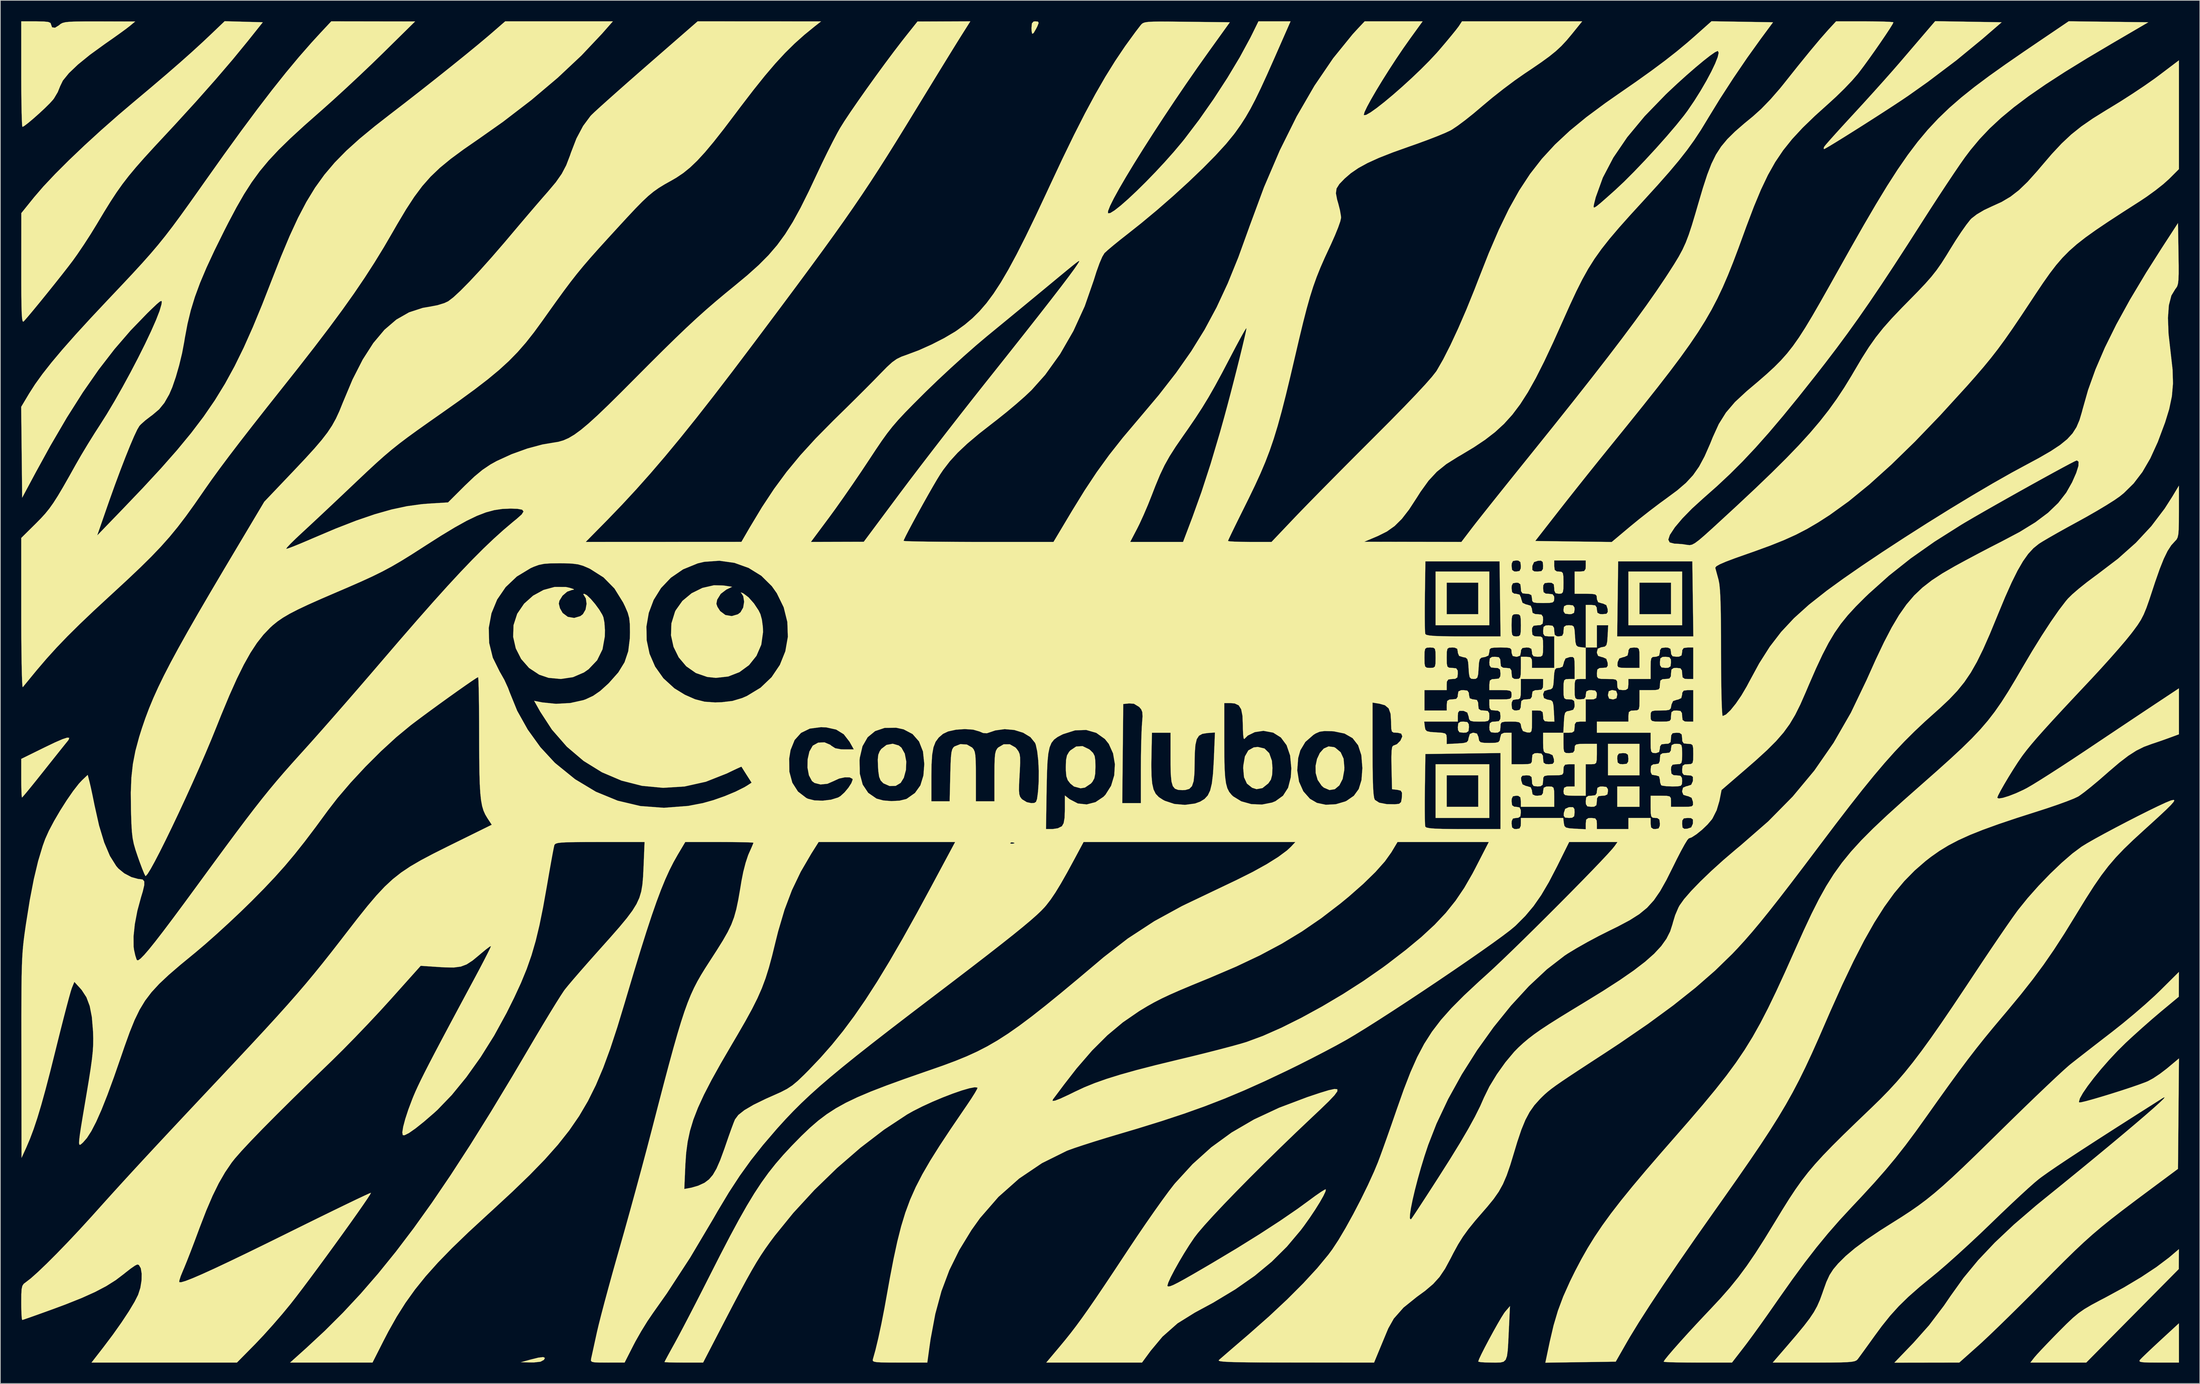
<source format=kicad_pcb>
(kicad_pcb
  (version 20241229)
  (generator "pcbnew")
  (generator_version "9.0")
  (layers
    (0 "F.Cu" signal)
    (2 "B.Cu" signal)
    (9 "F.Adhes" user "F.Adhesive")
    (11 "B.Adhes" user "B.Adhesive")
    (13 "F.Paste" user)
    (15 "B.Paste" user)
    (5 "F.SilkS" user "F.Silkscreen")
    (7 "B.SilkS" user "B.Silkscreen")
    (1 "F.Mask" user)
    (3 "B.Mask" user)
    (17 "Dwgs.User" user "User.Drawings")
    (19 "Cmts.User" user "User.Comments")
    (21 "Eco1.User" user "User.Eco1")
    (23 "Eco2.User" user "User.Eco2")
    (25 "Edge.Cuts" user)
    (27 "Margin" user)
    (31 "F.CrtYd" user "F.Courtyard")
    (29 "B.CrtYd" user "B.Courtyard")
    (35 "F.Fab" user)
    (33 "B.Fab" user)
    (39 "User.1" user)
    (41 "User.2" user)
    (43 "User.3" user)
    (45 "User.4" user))
  (footprint "zebra"
    (layer "F.Cu")
    (at 155.623 96.817)
    (property "Reference" "zebra" (at 0 0 0) (layer "F.SilkS") (effects (font (size 1.524 1.524) (thickness 0.3))))
    (attr through_hole)
    (fp_poly (pts (xy 77.804 16.577) (xy 74.596 16.577) (xy 74.596 13.636) (xy 77.804 13.636) (xy 77.804 16.577)) (stroke (width 0.01) (type solid)) (fill yes) (layer "F.SilkS"))
    (fp_poly (pts (xy -80.077 96.11) (xy -80.211 96.386) (xy -80.708 96.657) (xy -81.645 96.763) (xy -82.048 96.763) (xy -83.553 96.74) (xy -82.216 96.368) (xy -81.037 96.075) (xy -80.33 95.989) (xy -80.077 96.11)) (stroke (width 0.01) (type solid)) (fill yes) (layer "F.SilkS"))
    (fp_poly (pts (xy -8.959 -96.749) (xy -8.859 -96.553) (xy -9.044 -96.074) (xy -9.231 -95.705) (xy -9.59 -95.092) (xy -9.795 -94.987) (xy -9.882 -95.398) (xy -9.893 -95.852) (xy -9.833 -96.497) (xy -9.599 -96.757) (xy -9.358 -96.787) (xy -8.959 -96.749)) (stroke (width 0.01) (type solid)) (fill yes) (layer "F.SilkS"))
    (fp_poly (pts (xy 56.147 -9.625) (xy 48.394 -9.625) (xy 48.394 -15.775) (xy 49.998 -15.775) (xy 49.998 -11.229) (xy 54.543 -11.229) (xy 54.543 -15.775) (xy 49.998 -15.775) (xy 48.394 -15.775) (xy 48.394 -17.379) (xy 56.147 -17.379) (xy 56.147 -9.625)) (stroke (width 0.01) (type solid)) (fill yes) (layer "F.SilkS"))
    (fp_poly (pts (xy 56.147 18.181) (xy 48.394 18.181) (xy 48.394 12.032) (xy 49.998 12.032) (xy 49.998 16.577) (xy 54.543 16.577) (xy 54.543 12.032) (xy 49.998 12.032) (xy 48.394 12.032) (xy 48.394 10.427) (xy 56.147 10.427) (xy 56.147 18.181)) (stroke (width 0.01) (type solid)) (fill yes) (layer "F.SilkS"))
    (fp_poly (pts (xy 83.954 -9.625) (xy 76.2 -9.625) (xy 76.2 -15.775) (xy 77.804 -15.775) (xy 77.804 -11.229) (xy 82.349 -11.229) (xy 82.349 -15.775) (xy 77.804 -15.775) (xy 76.2 -15.775) (xy 76.2 -17.379) (xy 83.954 -17.379) (xy 83.954 -9.625)) (stroke (width 0.01) (type solid)) (fill yes) (layer "F.SilkS"))
    (fp_poly (pts (xy 52.972 4.344) (xy 53.182 4.657) (xy 53.206 5.08) (xy 53.14 5.648) (xy 52.828 5.858) (xy 52.404 5.882) (xy 51.836 5.816) (xy 51.627 5.503) (xy 51.602 5.08) (xy 51.668 4.512) (xy 51.981 4.302) (xy 52.404 4.278) (xy 52.972 4.344)) (stroke (width 0.01) (type solid)) (fill yes) (layer "F.SilkS"))
    (fp_poly (pts (xy 68.217 -12.494) (xy 68.427 -12.189) (xy 68.446 -11.898) (xy 68.36 -11.42) (xy 67.993 -11.245) (xy 67.644 -11.229) (xy 67.071 -11.301) (xy 66.861 -11.607) (xy 66.842 -11.898) (xy 66.928 -12.376) (xy 67.295 -12.55) (xy 67.644 -12.566) (xy 68.217 -12.494)) (stroke (width 0.01) (type solid)) (fill yes) (layer "F.SilkS"))
    (fp_poly (pts (xy 68.226 16.628) (xy 68.42 16.901) (xy 68.446 17.361) (xy 68.384 17.937) (xy 68.084 18.153) (xy 67.626 18.181) (xy 67.059 18.126) (xy 66.872 17.861) (xy 66.891 17.446) (xy 67.083 16.873) (xy 67.588 16.643) (xy 67.711 16.626) (xy 68.226 16.628)) (stroke (width 0.01) (type solid)) (fill yes) (layer "F.SilkS"))
    (fp_poly (pts (xy 74.436 -0.157) (xy 74.593 0.278) (xy 74.596 0.401) (xy 74.485 0.91) (xy 74.051 1.067) (xy 73.927 1.069) (xy 73.419 0.959) (xy 73.262 0.524) (xy 73.259 0.401) (xy 73.369 -0.108) (xy 73.804 -0.265) (xy 73.927 -0.267) (xy 74.436 -0.157)) (stroke (width 0.01) (type solid)) (fill yes) (layer "F.SilkS"))
    (fp_poly (pts (xy 82.115 -5.014) (xy 82.325 -4.701) (xy 82.349 -4.278) (xy 82.283 -3.71) (xy 81.971 -3.5) (xy 81.547 -3.476) (xy 80.979 -3.542) (xy 80.77 -3.855) (xy 80.745 -4.278) (xy 80.812 -4.846) (xy 81.124 -5.055) (xy 81.547 -5.08) (xy 82.115 -5.014)) (stroke (width 0.01) (type solid)) (fill yes) (layer "F.SilkS"))
    (fp_poly (pts (xy 155.608 96.787) (xy 152.635 96.787) (xy 151.344 96.78) (xy 150.511 96.75) (xy 150.058 96.684) (xy 149.907 96.573) (xy 149.98 96.403) (xy 149.996 96.383) (xy 150.312 96.057) (xy 150.937 95.451) (xy 151.787 94.647) (xy 152.776 93.725) (xy 152.97 93.546) (xy 155.608 91.114) (xy 155.608 96.787)) (stroke (width 0.01) (type solid)) (fill yes) (layer "F.SilkS"))
    (fp_poly (pts (xy 23.716 8.16) (xy 24.397 8.83) (xy 24.781 9.92) (xy 24.865 10.962) (xy 24.817 11.975) (xy 24.639 12.651) (xy 24.278 13.182) (xy 24.264 13.198) (xy 23.419 13.874) (xy 22.565 14.027) (xy 21.929 13.825) (xy 21.178 13.223) (xy 20.758 12.305) (xy 20.644 11.008) (xy 20.661 10.618) (xy 20.885 9.303) (xy 21.377 8.438) (xy 22.156 8) (xy 22.754 7.932) (xy 23.716 8.16)) (stroke (width 0.01) (type solid)) (fill yes) (layer "F.SilkS"))
    (fp_poly (pts (xy 33.736 7.959) (xy 33.937 8.057) (xy 34.701 8.7) (xy 35.123 9.622) (xy 35.236 10.905) (xy 35.22 11.293) (xy 34.989 12.555) (xy 34.513 13.483) (xy 33.859 14.032) (xy 33.093 14.156) (xy 32.279 13.811) (xy 31.96 13.536) (xy 31.382 12.694) (xy 31.1 11.707) (xy 31.081 10.667) (xy 31.29 9.668) (xy 31.694 8.804) (xy 32.259 8.169) (xy 32.951 7.856) (xy 33.736 7.959)) (stroke (width 0.01) (type solid)) (fill yes) (layer "F.SilkS"))
    (fp_poly (pts (xy 77.804 12.032) (xy 73.259 12.032) (xy 73.259 9.625) (xy 74.596 9.625) (xy 74.662 10.193) (xy 74.975 10.403) (xy 75.398 10.427) (xy 75.966 10.361) (xy 76.175 10.049) (xy 76.2 9.625) (xy 76.134 9.057) (xy 75.821 8.848) (xy 75.398 8.823) (xy 74.83 8.889) (xy 74.62 9.202) (xy 74.596 9.625) (xy 73.259 9.625) (xy 73.259 7.486) (xy 77.804 7.486) (xy 77.804 12.032)) (stroke (width 0.01) (type solid)) (fill yes) (layer "F.SilkS"))
    (fp_poly (pts (xy -29.041 7.723) (xy -28.65 8.038) (xy -28.17 8.897) (xy -27.955 10.032) (xy -28.002 11.256) (xy -28.306 12.383) (xy -28.76 13.121) (xy -29.477 13.551) (xy -30.36 13.577) (xy -31.226 13.197) (xy -31.309 13.133) (xy -31.658 12.762) (xy -31.868 12.249) (xy -31.987 11.442) (xy -32.032 10.794) (xy -32.064 9.751) (xy -31.995 9.065) (xy -31.792 8.559) (xy -31.556 8.222) (xy -30.806 7.641) (xy -29.908 7.471) (xy -29.041 7.723)) (stroke (width 0.01) (type solid)) (fill yes) (layer "F.SilkS"))
    (fp_poly (pts (xy -148.69 6.617) (xy -148.767 6.887) (xy -148.967 7.15) (xy -149.257 7.506) (xy -149.816 8.204) (xy -150.584 9.167) (xy -151.5 10.318) (xy -152.382 11.43) (xy -153.349 12.643) (xy -154.198 13.697) (xy -154.877 14.525) (xy -155.331 15.061) (xy -155.505 15.24) (xy -155.547 14.991) (xy -155.582 14.318) (xy -155.603 13.332) (xy -155.608 12.449) (xy -155.608 9.657) (xy -152.254 8.005) (xy -150.731 7.274) (xy -149.646 6.804) (xy -148.974 6.587) (xy -148.69 6.617)) (stroke (width 0.01) (type solid)) (fill yes) (layer "F.SilkS"))
    (fp_poly (pts (xy 58.957 92.108) (xy 58.879 93.792) (xy 58.803 95.016) (xy 58.69 95.852) (xy 58.503 96.375) (xy 58.203 96.657) (xy 57.753 96.771) (xy 57.114 96.791) (xy 56.519 96.787) (xy 55.569 96.768) (xy 54.868 96.718) (xy 54.55 96.646) (xy 54.543 96.633) (xy 54.668 96.274) (xy 55.004 95.557) (xy 55.494 94.589) (xy 56.083 93.473) (xy 56.712 92.315) (xy 57.325 91.221) (xy 57.865 90.296) (xy 58.276 89.644) (xy 58.431 89.435) (xy 59.122 88.633) (xy 58.957 92.108)) (stroke (width 0.01) (type solid)) (fill yes) (layer "F.SilkS"))
    (fp_poly (pts (xy 155.59 83.285) (xy 148.914 90.036) (xy 142.238 96.787) (xy 134.18 96.787) (xy 134.751 96.052) (xy 135.137 95.607) (xy 135.819 94.87) (xy 136.715 93.928) (xy 137.743 92.868) (xy 138.258 92.344) (xy 139.402 91.198) (xy 140.315 90.333) (xy 141.128 89.655) (xy 141.969 89.067) (xy 142.97 88.475) (xy 144.259 87.784) (xy 144.992 87.403) (xy 147.672 85.945) (xy 150.156 84.459) (xy 152.349 83.006) (xy 154.152 81.647) (xy 154.472 81.379) (xy 155.608 80.409) (xy 155.59 83.285)) (stroke (width 0.01) (type solid)) (fill yes) (layer "F.SilkS"))
    (fp_poly (pts (xy -1.576 8.272) (xy -1.419 8.399) (xy -1.006 8.807) (xy -0.781 9.247) (xy -0.686 9.893) (xy -0.668 10.784) (xy -0.7 11.802) (xy -0.829 12.469) (xy -1.101 12.963) (xy -1.317 13.213) (xy -2.181 13.798) (xy -2.807 13.903) (xy -3.764 13.645) (xy -4.298 13.213) (xy -4.67 12.727) (xy -4.868 12.158) (xy -4.941 11.323) (xy -4.946 10.828) (xy -4.912 9.819) (xy -4.775 9.157) (xy -4.485 8.657) (xy -4.298 8.444) (xy -3.455 7.872) (xy -2.527 7.814) (xy -1.576 8.272)) (stroke (width 0.01) (type solid)) (fill yes) (layer "F.SilkS"))
    (fp_poly (pts (xy 73.03 13.708) (xy 73.24 14.014) (xy 73.259 14.304) (xy 73.173 14.782) (xy 72.806 14.957) (xy 72.457 14.973) (xy 71.889 15.039) (xy 71.679 15.351) (xy 71.655 15.775) (xy 71.588 16.343) (xy 71.276 16.552) (xy 70.853 16.577) (xy 70.284 16.511) (xy 70.075 16.198) (xy 70.051 15.775) (xy 70.117 15.207) (xy 70.429 14.997) (xy 70.853 14.973) (xy 71.426 14.901) (xy 71.636 14.595) (xy 71.655 14.304) (xy 71.741 13.827) (xy 72.108 13.652) (xy 72.457 13.636) (xy 73.03 13.708)) (stroke (width 0.01) (type solid)) (fill yes) (layer "F.SilkS"))
    (fp_poly (pts (xy 125.249 -96.733) (xy 130.048 -96.654) (xy 127.244 -94.233) (xy 123.507 -91.158) (xy 119.377 -88.037) (xy 116.573 -86.05) (xy 115.658 -85.431) (xy 114.493 -84.661) (xy 113.149 -83.786) (xy 111.697 -82.85) (xy 110.206 -81.897) (xy 108.747 -80.973) (xy 107.391 -80.122) (xy 106.208 -79.389) (xy 105.268 -78.817) (xy 104.641 -78.453) (xy 104.404 -78.339) (xy 104.374 -78.523) (xy 104.461 -78.713) (xy 104.699 -79.011) (xy 105.246 -79.639) (xy 106.046 -80.535) (xy 107.045 -81.636) (xy 108.186 -82.88) (xy 108.72 -83.459) (xy 110.115 -84.978) (xy 111.585 -86.6) (xy 113.022 -88.202) (xy 114.316 -89.664) (xy 115.359 -90.863) (xy 115.404 -90.916) (xy 116.447 -92.135) (xy 117.478 -93.34) (xy 118.395 -94.412) (xy 119.097 -95.232) (xy 119.246 -95.407) (xy 120.449 -96.812) (xy 125.249 -96.733)) (stroke (width 0.01) (type solid)) (fill yes) (layer "F.SilkS"))
    (fp_poly (pts (xy -54.317 -15.368) (xy -53.073 -15.177) (xy -53.915 -14.771) (xy -54.715 -14.16) (xy -55.23 -13.324) (xy -55.345 -12.723) (xy -55.19 -12.283) (xy -54.815 -11.698) (xy -54.791 -11.667) (xy -54.046 -11.107) (xy -53.131 -10.952) (xy -52.241 -11.212) (xy -51.869 -11.497) (xy -51.48 -12.174) (xy -51.339 -13.028) (xy -51.467 -13.818) (xy -51.669 -14.15) (xy -51.839 -14.371) (xy -51.619 -14.303) (xy -51.43 -14.209) (xy -50.698 -13.651) (xy -49.924 -12.778) (xy -49.257 -11.772) (xy -48.992 -11.234) (xy -48.778 -10.444) (xy -48.641 -9.396) (xy -48.611 -8.653) (xy -48.866 -6.825) (xy -49.562 -5.215) (xy -50.633 -3.877) (xy -52.012 -2.864) (xy -53.631 -2.232) (xy -55.424 -2.034) (xy -56.659 -2.166) (xy -58.306 -2.735) (xy -59.693 -3.707) (xy -60.78 -4.994) (xy -61.526 -6.511) (xy -61.89 -8.173) (xy -61.833 -9.892) (xy -61.312 -11.583) (xy -61.215 -11.782) (xy -60.246 -13.145) (xy -58.916 -14.248) (xy -57.354 -15.022) (xy -55.688 -15.402) (xy -54.317 -15.368)) (stroke (width 0.01) (type solid)) (fill yes) (layer "F.SilkS"))
    (fp_poly (pts (xy -152.362 -96.767) (xy -151.698 -96.695) (xy -151.387 -96.554) (xy -151.331 -96.402) (xy -151.165 -95.928) (xy -150.742 -95.861) (xy -150.167 -96.216) (xy -150.157 -96.225) (xy -149.923 -96.419) (xy -149.64 -96.562) (xy -149.23 -96.662) (xy -148.616 -96.726) (xy -147.717 -96.762) (xy -146.456 -96.777) (xy -144.754 -96.778) (xy -144.362 -96.778) (xy -139.165 -96.768) (xy -139.967 -96.104) (xy -140.499 -95.694) (xy -141.355 -95.068) (xy -142.417 -94.311) (xy -143.566 -93.508) (xy -143.566 -93.507) (xy -145.691 -91.966) (xy -147.422 -90.559) (xy -148.734 -89.308) (xy -149.605 -88.235) (xy -149.992 -87.437) (xy -150.343 -86.568) (xy -150.876 -85.671) (xy -151.018 -85.481) (xy -151.495 -84.952) (xy -152.195 -84.26) (xy -153.015 -83.497) (xy -153.853 -82.753) (xy -154.606 -82.12) (xy -155.173 -81.688) (xy -155.438 -81.547) (xy -155.482 -81.804) (xy -155.521 -82.527) (xy -155.555 -83.652) (xy -155.582 -85.11) (xy -155.6 -86.835) (xy -155.608 -88.759) (xy -155.608 -89.167) (xy -155.608 -96.787) (xy -153.469 -96.787) (xy -152.362 -96.767)) (stroke (width 0.01) (type solid)) (fill yes) (layer "F.SilkS"))
    (fp_poly (pts (xy -77.068 -15.156) (xy -76.467 -15.024) (xy -75.936 -14.846) (xy -75.902 -14.755) (xy -76.145 -14.729) (xy -76.861 -14.478) (xy -77.534 -13.899) (xy -77.983 -13.178) (xy -78.072 -12.748) (xy -77.908 -12.084) (xy -77.517 -11.399) (xy -76.772 -10.84) (xy -75.857 -10.684) (xy -74.967 -10.945) (xy -74.596 -11.229) (xy -74.214 -11.888) (xy -74.065 -12.722) (xy -74.17 -13.494) (xy -74.382 -13.85) (xy -74.55 -14.121) (xy -74.405 -14.171) (xy -74.02 -13.964) (xy -73.462 -13.429) (xy -72.835 -12.695) (xy -72.245 -11.891) (xy -71.796 -11.144) (xy -71.639 -10.781) (xy -71.492 -10.015) (xy -71.42 -8.965) (xy -71.432 -8.032) (xy -71.768 -6.153) (xy -72.546 -4.573) (xy -73.771 -3.287) (xy -74.443 -2.818) (xy -76.024 -2.136) (xy -77.783 -1.874) (xy -79.557 -2.039) (xy -80.898 -2.494) (xy -82.364 -3.463) (xy -83.503 -4.762) (xy -84.28 -6.293) (xy -84.658 -7.955) (xy -84.602 -9.648) (xy -84.077 -11.272) (xy -84.062 -11.301) (xy -83.08 -12.742) (xy -81.783 -13.901) (xy -80.278 -14.724) (xy -78.671 -15.16) (xy -77.068 -15.156)) (stroke (width 0.01) (type solid)) (fill yes) (layer "F.SilkS"))
    (fp_poly (pts (xy 83.61 7.511) (xy 83.849 7.673) (xy 83.939 8.103) (xy 83.954 8.934) (xy 83.954 8.957) (xy 83.94 9.798) (xy 83.852 10.235) (xy 83.617 10.401) (xy 83.164 10.427) (xy 83.152 10.427) (xy 82.583 10.494) (xy 82.374 10.806) (xy 82.349 11.229) (xy 82.416 11.798) (xy 82.728 12.007) (xy 83.152 12.032) (xy 83.72 12.098) (xy 83.929 12.41) (xy 83.954 12.834) (xy 83.928 13.297) (xy 83.76 13.536) (xy 83.318 13.623) (xy 82.528 13.636) (xy 81.696 13.605) (xy 81.099 13.525) (xy 80.924 13.458) (xy 80.783 13.075) (xy 80.745 12.655) (xy 80.623 12.177) (xy 80.16 12.033) (xy 80.077 12.032) (xy 79.599 11.945) (xy 79.424 11.578) (xy 79.408 11.229) (xy 79.48 10.656) (xy 79.786 10.447) (xy 80.077 10.427) (xy 80.555 10.341) (xy 80.729 9.974) (xy 80.745 9.625) (xy 80.812 9.057) (xy 81.124 8.848) (xy 81.547 8.823) (xy 82.121 8.751) (xy 82.33 8.445) (xy 82.349 8.155) (xy 82.436 7.677) (xy 82.803 7.502) (xy 83.152 7.486) (xy 83.61 7.511)) (stroke (width 0.01) (type solid)) (fill yes) (layer "F.SilkS"))
    (fp_poly (pts (xy -123.518 -96.73) (xy -120.764 -96.654) (xy -122.956 -93.904) (xy -125.098 -91.289) (xy -127.587 -88.381) (xy -130.367 -85.241) (xy -133.386 -81.932) (xy -134.614 -80.61) (xy -136.388 -78.704) (xy -137.852 -77.1) (xy -139.069 -75.718) (xy -140.102 -74.476) (xy -141.014 -73.294) (xy -141.867 -72.09) (xy -142.724 -70.783) (xy -143.648 -69.291) (xy -144.7 -67.534) (xy -144.724 -67.493) (xy -145.59 -66.082) (xy -146.565 -64.572) (xy -147.516 -63.166) (xy -148.148 -62.279) (xy -148.82 -61.394) (xy -149.704 -60.261) (xy -150.724 -58.974) (xy -151.804 -57.627) (xy -152.867 -56.316) (xy -153.839 -55.133) (xy -154.643 -54.173) (xy -155.202 -53.531) (xy -155.246 -53.483) (xy -155.35 -53.439) (xy -155.433 -53.59) (xy -155.496 -53.986) (xy -155.542 -54.675) (xy -155.574 -55.707) (xy -155.593 -57.131) (xy -155.601 -58.996) (xy -155.602 -61.103) (xy -155.596 -69.115) (xy -153.75 -71.405) (xy -152.426 -72.944) (xy -150.734 -74.741) (xy -148.737 -76.737) (xy -146.496 -78.872) (xy -144.074 -81.088) (xy -141.532 -83.325) (xy -139.528 -85.028) (xy -136.931 -87.211) (xy -134.69 -89.121) (xy -132.74 -90.814) (xy -131.017 -92.347) (xy -129.456 -93.777) (xy -128.173 -94.988) (xy -126.271 -96.807) (xy -123.518 -96.73)) (stroke (width 0.01) (type solid)) (fill yes) (layer "F.SilkS"))
    (fp_poly (pts (xy 34.227 57.34) (xy 34.223 57.636) (xy 33.808 58.206) (xy 32.986 59.073) (xy 31.761 60.26) (xy 30.598 61.358) (xy 28.279 63.558) (xy 25.983 65.773) (xy 23.753 67.96) (xy 21.631 70.075) (xy 19.659 72.076) (xy 17.878 73.921) (xy 16.331 75.565) (xy 15.059 76.967) (xy 14.105 78.083) (xy 13.599 78.74) (xy 12.864 79.831) (xy 12.107 81.037) (xy 11.378 82.269) (xy 10.724 83.438) (xy 10.195 84.456) (xy 9.841 85.234) (xy 9.709 85.684) (xy 9.726 85.748) (xy 9.87 85.803) (xy 10.137 85.754) (xy 10.579 85.576) (xy 11.248 85.24) (xy 12.195 84.722) (xy 13.47 83.995) (xy 15.124 83.032) (xy 16.176 82.415) (xy 19.728 80.289) (xy 23.002 78.251) (xy 25.943 76.338) (xy 28.496 74.586) (xy 30.103 73.413) (xy 31.054 72.713) (xy 31.842 72.168) (xy 32.375 71.839) (xy 32.559 71.773) (xy 32.516 72.081) (xy 32.21 72.733) (xy 31.693 73.644) (xy 31.019 74.726) (xy 30.239 75.894) (xy 29.409 77.061) (xy 28.924 77.704) (xy 26.94 80.058) (xy 24.757 82.225) (xy 22.303 84.258) (xy 19.509 86.214) (xy 16.306 88.144) (xy 13.677 89.565) (xy 11.173 91.123) (xy 8.997 93.047) (xy 7.306 95.072) (xy 6.046 96.787) (xy -7.766 96.787) (xy -5.8 94.448) (xy -5.004 93.486) (xy -4.233 92.52) (xy -3.45 91.496) (xy -2.617 90.36) (xy -1.694 89.057) (xy -0.644 87.534) (xy 0.572 85.735) (xy 1.991 83.608) (xy 3.652 81.097) (xy 4.069 80.465) (xy 5.326 78.581) (xy 6.595 76.718) (xy 7.82 74.957) (xy 8.943 73.379) (xy 9.907 72.066) (xy 10.654 71.099) (xy 10.813 70.906) (xy 13.347 68.139) (xy 16.042 65.712) (xy 18.972 63.579) (xy 22.207 61.693) (xy 25.82 60.006) (xy 29.883 58.472) (xy 30.038 58.419) (xy 31.725 57.856) (xy 32.982 57.473) (xy 33.815 57.293) (xy 34.227 57.34)) (stroke (width 0.01) (type solid)) (fill yes) (layer "F.SilkS"))
    (fp_poly (pts (xy 154.951 15.641) (xy 154.834 15.878) (xy 154.449 16.32) (xy 153.765 16.999) (xy 152.752 17.948) (xy 151.38 19.201) (xy 150.662 19.851) (xy 149.043 21.335) (xy 147.682 22.647) (xy 146.506 23.879) (xy 145.443 25.12) (xy 144.42 26.461) (xy 143.364 27.991) (xy 142.204 29.802) (xy 140.866 31.983) (xy 140.731 32.206) (xy 139.094 34.865) (xy 137.576 37.211) (xy 136.083 39.374) (xy 134.521 41.485) (xy 132.794 43.675) (xy 130.809 46.075) (xy 130.205 46.789) (xy 128.838 48.416) (xy 127.579 49.949) (xy 126.37 51.467) (xy 125.152 53.048) (xy 123.864 54.771) (xy 122.447 56.713) (xy 120.842 58.953) (xy 119.271 61.169) (xy 117.644 63.441) (xy 116.166 65.427) (xy 114.742 67.243) (xy 113.276 69.004) (xy 111.675 70.825) (xy 109.843 72.821) (xy 108.437 74.316) (xy 106.653 76.244) (xy 104.976 78.163) (xy 103.334 80.161) (xy 101.655 82.329) (xy 99.87 84.757) (xy 97.908 87.533) (xy 97.33 88.365) (xy 96.29 89.853) (xy 95.208 91.376) (xy 94.178 92.801) (xy 93.294 93.998) (xy 92.85 94.582) (xy 91.144 96.787) (xy 86.212 96.787) (xy 84.654 96.781) (xy 83.299 96.763) (xy 82.23 96.735) (xy 81.529 96.7) (xy 81.28 96.661) (xy 81.456 96.375) (xy 81.949 95.76) (xy 82.707 94.874) (xy 83.68 93.775) (xy 84.815 92.52) (xy 86.061 91.168) (xy 87.366 89.777) (xy 87.964 89.147) (xy 89.489 87.514) (xy 90.835 85.981) (xy 92.073 84.451) (xy 93.273 82.829) (xy 94.508 81.02) (xy 95.847 78.926) (xy 97.356 76.463) (xy 98.437 74.687) (xy 99.402 73.146) (xy 100.304 71.782) (xy 101.191 70.533) (xy 102.115 69.34) (xy 103.128 68.143) (xy 104.279 66.881) (xy 105.619 65.495) (xy 107.199 63.924) (xy 109.071 62.108) (xy 111.245 60.024) (xy 112.535 58.767) (xy 113.739 57.534) (xy 114.896 56.274) (xy 116.044 54.937) (xy 117.221 53.473) (xy 118.468 51.831) (xy 119.821 49.963) (xy 121.319 47.817) (xy 123.002 45.343) (xy 124.908 42.491) (xy 126.018 40.815) (xy 127.26 38.944) (xy 128.49 37.111) (xy 129.656 35.392) (xy 130.704 33.863) (xy 131.584 32.602) (xy 132.242 31.685) (xy 132.411 31.457) (xy 133.796 29.74) (xy 135.372 27.967) (xy 137.038 26.239) (xy 138.697 24.653) (xy 140.247 23.311) (xy 141.572 22.322) (xy 142.362 21.836) (xy 143.496 21.188) (xy 144.886 20.426) (xy 146.445 19.594) (xy 148.084 18.737) (xy 149.714 17.901) (xy 151.249 17.132) (xy 152.6 16.475) (xy 153.678 15.975) (xy 154.397 15.678) (xy 154.501 15.644) (xy 154.829 15.574) (xy 154.951 15.641)) (stroke (width 0.01) (type solid)) (fill yes) (layer "F.SilkS"))
    (fp_poly (pts (xy 155.602 42.193) (xy 155.596 43.982) (xy 153.023 46.121) (xy 151.724 47.227) (xy 150.252 48.522) (xy 148.815 49.821) (xy 147.927 50.647) (xy 146.731 51.831) (xy 145.535 53.11) (xy 144.39 54.418) (xy 143.346 55.691) (xy 142.454 56.865) (xy 141.764 57.874) (xy 141.326 58.654) (xy 141.19 59.141) (xy 141.23 59.237) (xy 141.523 59.212) (xy 142.228 59.044) (xy 143.251 58.762) (xy 144.497 58.396) (xy 145.872 57.975) (xy 147.281 57.528) (xy 148.63 57.084) (xy 149.824 56.672) (xy 150.77 56.322) (xy 151.121 56.179) (xy 151.893 55.761) (xy 152.865 55.114) (xy 153.839 54.371) (xy 153.941 54.287) (xy 155.616 52.886) (xy 155.546 60.856) (xy 155.475 68.826) (xy 151.598 71.709) (xy 149.357 73.381) (xy 147.47 74.808) (xy 145.857 76.058) (xy 144.439 77.202) (xy 143.137 78.307) (xy 141.87 79.442) (xy 140.56 80.675) (xy 139.127 82.077) (xy 137.491 83.714) (xy 136.096 85.128) (xy 134.415 86.824) (xy 132.718 88.516) (xy 131.077 90.136) (xy 129.56 91.615) (xy 128.238 92.886) (xy 127.18 93.879) (xy 126.733 94.285) (xy 123.925 96.787) (xy 114.567 96.796) (xy 117.336 93.917) (xy 119.567 91.406) (xy 121.703 88.589) (xy 122.678 87.162) (xy 124.541 84.559) (xy 126.646 82.014) (xy 129.053 79.466) (xy 131.82 76.856) (xy 135.004 74.121) (xy 136.074 73.249) (xy 138.684 71.134) (xy 141.167 69.109) (xy 143.496 67.196) (xy 145.647 65.415) (xy 147.593 63.789) (xy 149.311 62.339) (xy 150.773 61.087) (xy 151.956 60.054) (xy 152.833 59.262) (xy 153.38 58.733) (xy 153.57 58.488) (xy 153.379 58.548) (xy 153.202 58.655) (xy 149.673 60.897) (xy 146.576 62.873) (xy 143.891 64.598) (xy 141.593 66.087) (xy 139.662 67.354) (xy 138.074 68.414) (xy 136.808 69.282) (xy 135.84 69.972) (xy 135.422 70.285) (xy 134.793 70.808) (xy 133.855 71.641) (xy 132.678 72.72) (xy 131.333 73.979) (xy 129.889 75.352) (xy 128.601 76.598) (xy 127.014 78.122) (xy 125.353 79.678) (xy 123.713 81.179) (xy 122.193 82.537) (xy 120.888 83.664) (xy 120.179 84.249) (xy 118.209 85.864) (xy 116.585 87.295) (xy 115.202 88.645) (xy 113.957 90.022) (xy 112.748 91.531) (xy 111.733 92.911) (xy 110.924 94.037) (xy 110.201 95.038) (xy 109.635 95.816) (xy 109.295 96.276) (xy 109.261 96.319) (xy 109.095 96.473) (xy 108.826 96.589) (xy 108.384 96.673) (xy 107.701 96.729) (xy 106.708 96.764) (xy 105.335 96.781) (xy 103.515 96.787) (xy 102.955 96.787) (xy 97.017 96.787) (xy 99.108 94.364) (xy 100.471 92.769) (xy 101.53 91.484) (xy 102.338 90.425) (xy 102.953 89.506) (xy 103.429 88.644) (xy 103.822 87.753) (xy 104.188 86.749) (xy 104.272 86.5) (xy 104.755 85.153) (xy 105.217 84.151) (xy 105.754 83.32) (xy 106.447 82.496) (xy 107.539 81.409) (xy 108.878 80.278) (xy 110.528 79.056) (xy 112.555 77.695) (xy 114.3 76.591) (xy 115.667 75.73) (xy 116.901 74.92) (xy 118.054 74.116) (xy 119.18 73.272) (xy 120.33 72.343) (xy 121.56 71.284) (xy 122.921 70.05) (xy 124.467 68.596) (xy 126.251 66.877) (xy 128.326 64.847) (xy 129.674 63.52) (xy 131.505 61.722) (xy 133.286 59.988) (xy 134.966 58.367) (xy 136.497 56.906) (xy 137.826 55.653) (xy 138.905 54.655) (xy 139.684 53.961) (xy 139.967 53.724) (xy 140.795 53.072) (xy 141.938 52.18) (xy 143.286 51.131) (xy 144.73 50.012) (xy 145.982 49.046) (xy 147.524 47.823) (xy 149.149 46.473) (xy 150.718 45.116) (xy 152.093 43.871) (xy 152.867 43.129) (xy 155.608 40.404) (xy 155.602 42.193)) (stroke (width 0.01) (type solid)) (fill yes) (layer "F.SilkS"))
    (fp_poly (pts (xy 155.608 -26.027) (xy 155.603 -24.528) (xy 155.578 -23.469) (xy 155.521 -22.757) (xy 155.419 -22.296) (xy 155.261 -21.994) (xy 155.046 -21.765) (xy 154.499 -21.164) (xy 153.969 -20.34) (xy 153.426 -19.226) (xy 152.839 -17.755) (xy 152.175 -15.859) (xy 151.863 -14.91) (xy 151.338 -13.315) (xy 150.913 -12.111) (xy 150.528 -11.18) (xy 150.126 -10.401) (xy 149.648 -9.654) (xy 149.037 -8.821) (xy 148.679 -8.355) (xy 147.929 -7.429) (xy 146.897 -6.22) (xy 145.671 -4.828) (xy 144.341 -3.354) (xy 142.996 -1.898) (xy 142.743 -1.629) (xy 140.627 0.623) (xy 138.845 2.531) (xy 137.362 4.137) (xy 136.141 5.481) (xy 135.144 6.604) (xy 134.336 7.548) (xy 133.679 8.352) (xy 133.137 9.059) (xy 132.955 9.309) (xy 132.376 10.152) (xy 131.717 11.175) (xy 131.04 12.27) (xy 130.408 13.334) (xy 129.883 14.26) (xy 129.529 14.944) (xy 129.406 15.272) (xy 129.628 15.376) (xy 130.223 15.278) (xy 131.085 15.012) (xy 132.108 14.614) (xy 133.185 14.119) (xy 133.684 13.86) (xy 134.43 13.427) (xy 135.541 12.744) (xy 136.937 11.86) (xy 138.542 10.826) (xy 140.276 9.691) (xy 142.062 8.505) (xy 142.328 8.327) (xy 144.21 7.066) (xy 146.133 5.78) (xy 148.001 4.532) (xy 149.716 3.387) (xy 151.18 2.412) (xy 152.288 1.676) (xy 155.608 -0.526) (xy 155.608 6.111) (xy 154.205 6.629) (xy 153.174 6.999) (xy 152.147 7.351) (xy 151.732 7.487) (xy 150.565 7.917) (xy 149.456 8.469) (xy 148.304 9.209) (xy 147.009 10.203) (xy 145.469 11.516) (xy 145.202 11.753) (xy 144.042 12.763) (xy 142.927 13.693) (xy 141.96 14.461) (xy 141.245 14.984) (xy 141.058 15.102) (xy 140.447 15.388) (xy 139.432 15.789) (xy 138.119 16.266) (xy 136.615 16.778) (xy 135.288 17.207) (xy 132.202 18.195) (xy 129.571 19.081) (xy 127.333 19.892) (xy 125.425 20.655) (xy 123.786 21.4) (xy 122.352 22.152) (xy 121.06 22.941) (xy 119.849 23.794) (xy 119.058 24.409) (xy 117.491 25.773) (xy 115.995 27.3) (xy 114.544 29.032) (xy 113.113 31.012) (xy 111.675 33.28) (xy 110.204 35.88) (xy 108.675 38.853) (xy 107.06 42.24) (xy 105.335 46.085) (xy 104.668 47.621) (xy 103.619 50.034) (xy 102.652 52.199) (xy 101.732 54.174) (xy 100.824 56.019) (xy 99.895 57.792) (xy 98.91 59.552) (xy 97.833 61.358) (xy 96.631 63.269) (xy 95.269 65.344) (xy 93.711 67.641) (xy 91.925 70.219) (xy 89.874 73.138) (xy 88.659 74.857) (xy 85.901 78.778) (xy 83.416 82.367) (xy 81.216 85.608) (xy 79.31 88.484) (xy 77.71 90.98) (xy 76.427 93.079) (xy 75.981 93.846) (xy 74.377 96.654) (xy 69.3 96.726) (xy 64.223 96.799) (xy 64.857 93.785) (xy 65.41 91.418) (xy 66.037 89.3) (xy 66.805 87.243) (xy 67.783 85.06) (xy 68.527 83.553) (xy 69.418 81.858) (xy 70.339 80.236) (xy 71.331 78.633) (xy 72.433 76.997) (xy 73.684 75.274) (xy 75.125 73.411) (xy 76.794 71.355) (xy 78.731 69.052) (xy 80.976 66.449) (xy 82.492 64.714) (xy 84.882 61.976) (xy 86.953 59.558) (xy 88.75 57.388) (xy 90.32 55.397) (xy 91.708 53.512) (xy 92.96 51.662) (xy 94.122 49.778) (xy 95.239 47.787) (xy 96.357 45.619) (xy 97.523 43.202) (xy 98.782 40.467) (xy 100.179 37.34) (xy 100.257 37.164) (xy 101.489 34.419) (xy 102.614 32.021) (xy 103.68 29.907) (xy 104.734 28.015) (xy 105.825 26.282) (xy 106.999 24.646) (xy 108.305 23.045) (xy 109.79 21.415) (xy 111.503 19.694) (xy 113.49 17.82) (xy 115.799 15.731) (xy 118.311 13.511) (xy 120.646 11.449) (xy 122.625 9.67) (xy 124.302 8.112) (xy 125.728 6.713) (xy 126.958 5.411) (xy 128.045 4.145) (xy 129.042 2.853) (xy 130.002 1.474) (xy 130.979 -0.054) (xy 132.026 -1.793) (xy 133.007 -3.476) (xy 134.433 -5.888) (xy 135.82 -8.126) (xy 137.121 -10.122) (xy 138.291 -11.804) (xy 139.284 -13.104) (xy 139.601 -13.478) (xy 140.231 -14.098) (xy 141.182 -14.919) (xy 142.335 -15.84) (xy 143.568 -16.763) (xy 143.777 -16.913) (xy 146.814 -19.226) (xy 149.403 -21.534) (xy 151.622 -23.921) (xy 153.552 -26.467) (xy 154.655 -28.192) (xy 155.608 -29.78) (xy 155.608 -26.027)) (stroke (width 0.01) (type solid)) (fill yes) (layer "F.SilkS"))
    (fp_poly (pts (xy -71.827 -95.017) (xy -74.798 -91.866) (xy -78.219 -88.652) (xy -82.022 -85.436) (xy -86.134 -82.278) (xy -89.562 -79.86) (xy -91.803 -78.308) (xy -93.663 -76.935) (xy -95.223 -75.652) (xy -96.564 -74.37) (xy -97.769 -73.003) (xy -98.919 -71.461) (xy -100.097 -69.656) (xy -101.382 -67.501) (xy -101.991 -66.441) (xy -103.307 -64.181) (xy -104.655 -61.98) (xy -106.074 -59.779) (xy -107.607 -57.518) (xy -109.296 -55.139) (xy -111.183 -52.583) (xy -113.309 -49.789) (xy -115.716 -46.7) (xy -117.762 -44.116) (xy -120.165 -41.084) (xy -122.257 -38.422) (xy -124.07 -36.088) (xy -125.634 -34.04) (xy -126.981 -32.237) (xy -128.143 -30.639) (xy -129.151 -29.204) (xy -129.284 -29.009) (xy -130.643 -27.05) (xy -131.875 -25.34) (xy -133.048 -23.804) (xy -134.226 -22.371) (xy -135.475 -20.967) (xy -136.861 -19.517) (xy -138.448 -17.95) (xy -140.304 -16.191) (xy -142.493 -14.168) (xy -142.784 -13.901) (xy -145.157 -11.705) (xy -147.188 -9.772) (xy -148.95 -8.027) (xy -150.515 -6.395) (xy -151.957 -4.803) (xy -153.348 -3.175) (xy -153.871 -2.54) (xy -154.525 -1.741) (xy -155.058 -1.091) (xy -155.371 -0.711) (xy -155.395 -0.682) (xy -155.441 -0.884) (xy -155.484 -1.566) (xy -155.522 -2.675) (xy -155.554 -4.155) (xy -155.58 -5.952) (xy -155.598 -8.013) (xy -155.607 -10.282) (xy -155.608 -11.328) (xy -155.608 -22.228) (xy -153.501 -24.315) (xy -152.773 -25.054) (xy -152.142 -25.747) (xy -151.558 -26.47) (xy -150.97 -27.298) (xy -150.325 -28.308) (xy -149.573 -29.574) (xy -148.663 -31.174) (xy -147.754 -32.801) (xy -146.956 -34.189) (xy -145.993 -35.791) (xy -145.004 -37.379) (xy -144.348 -38.396) (xy -143.283 -40.076) (xy -142.154 -41.971) (xy -141 -44.005) (xy -139.858 -46.104) (xy -138.767 -48.195) (xy -137.763 -50.203) (xy -136.886 -52.055) (xy -136.172 -53.675) (xy -135.659 -54.991) (xy -135.386 -55.927) (xy -135.381 -55.956) (xy -135.334 -56.304) (xy -135.394 -56.446) (xy -135.62 -56.345) (xy -136.071 -55.965) (xy -136.806 -55.267) (xy -137.412 -54.677) (xy -139.825 -52.182) (xy -142.155 -49.481) (xy -144.44 -46.52) (xy -146.718 -43.246) (xy -149.025 -39.606) (xy -151.398 -35.547) (xy -153.495 -31.73) (xy -155.475 -28.033) (xy -155.546 -34.593) (xy -155.618 -41.152) (xy -154.477 -43.064) (xy -153.615 -44.41) (xy -152.547 -45.894) (xy -151.24 -47.555) (xy -149.664 -49.43) (xy -147.787 -51.556) (xy -145.578 -53.969) (xy -143.069 -56.642) (xy -141.15 -58.671) (xy -139.536 -60.393) (xy -138.163 -61.889) (xy -136.965 -63.238) (xy -135.879 -64.517) (xy -134.838 -65.807) (xy -133.778 -67.187) (xy -132.635 -68.736) (xy -131.344 -70.533) (xy -129.839 -72.656) (xy -129.131 -73.66) (xy -126.373 -77.543) (xy -123.858 -81.013) (xy -121.553 -84.114) (xy -119.424 -86.891) (xy -117.436 -89.386) (xy -115.555 -91.645) (xy -113.747 -93.71) (xy -112.465 -95.109) (xy -110.897 -96.787) (xy -98.793 -96.775) (xy -103.472 -92.164) (xy -105.103 -90.579) (xy -106.925 -88.848) (xy -108.802 -87.097) (xy -110.599 -85.451) (xy -112.179 -84.038) (xy -112.428 -83.82) (xy -114.79 -81.734) (xy -116.788 -79.9) (xy -118.485 -78.241) (xy -119.94 -76.682) (xy -121.215 -75.147) (xy -122.37 -73.562) (xy -123.467 -71.851) (xy -124.565 -69.937) (xy -125.726 -67.747) (xy -126.325 -66.572) (xy -127.729 -63.733) (xy -128.881 -61.255) (xy -129.814 -59.049) (xy -130.56 -57.022) (xy -131.153 -55.086) (xy -131.624 -53.147) (xy -132.006 -51.117) (xy -132.1 -50.533) (xy -132.409 -48.891) (xy -132.831 -47.142) (xy -133.318 -45.448) (xy -133.824 -43.973) (xy -134.26 -42.96) (xy -134.966 -41.723) (xy -135.719 -40.795) (xy -136.697 -39.966) (xy -136.947 -39.785) (xy -137.71 -39.198) (xy -138.349 -38.628) (xy -138.56 -38.401) (xy -138.874 -37.874) (xy -139.332 -36.903) (xy -139.909 -35.553) (xy -140.579 -33.888) (xy -141.318 -31.972) (xy -142.099 -29.868) (xy -142.897 -27.64) (xy -143.192 -26.797) (xy -144.651 -22.593) (xy -141.037 -26.336) (xy -138.062 -29.452) (xy -135.446 -32.282) (xy -133.145 -34.894) (xy -131.116 -37.353) (xy -129.314 -39.727) (xy -127.697 -42.082) (xy -126.221 -44.485) (xy -124.843 -47.003) (xy -123.518 -49.703) (xy -122.204 -52.652) (xy -120.856 -55.915) (xy -119.511 -59.356) (xy -118.157 -62.804) (xy -116.9 -65.804) (xy -115.691 -68.422) (xy -114.484 -70.725) (xy -113.231 -72.779) (xy -111.884 -74.65) (xy -110.397 -76.406) (xy -108.722 -78.112) (xy -106.812 -79.837) (xy -104.62 -81.645) (xy -102.524 -83.279) (xy -100.299 -84.994) (xy -98.013 -86.778) (xy -95.741 -88.571) (xy -93.558 -90.313) (xy -91.541 -91.942) (xy -89.765 -93.399) (xy -88.305 -94.623) (xy -87.755 -95.095) (xy -85.808 -96.787) (xy -70.273 -96.787) (xy -71.827 -95.017)) (stroke (width 0.01) (type solid)) (fill yes) (layer "F.SilkS"))
    (fp_poly (pts (xy 68.076 -9.598) (xy 68.32 -9.431) (xy 68.436 -8.996) (xy 68.496 -8.164) (xy 68.5 -8.088) (xy 68.563 -7.219) (xy 68.682 -6.748) (xy 68.924 -6.541) (xy 69.315 -6.466) (xy 70.051 -6.381) (xy 70.051 -1.872) (xy 69.248 -1.872) (xy 68.79 -1.847) (xy 68.551 -1.685) (xy 68.461 -1.254) (xy 68.446 -0.424) (xy 68.446 -0.401) (xy 68.46 0.44) (xy 68.548 0.877) (xy 68.783 1.043) (xy 69.236 1.069) (xy 69.248 1.069) (xy 69.822 0.998) (xy 70.031 0.692) (xy 70.051 0.401) (xy 70.137 -0.077) (xy 70.504 -0.251) (xy 70.853 -0.267) (xy 71.426 -0.195) (xy 71.636 0.11) (xy 71.655 0.401) (xy 71.568 0.879) (xy 71.201 1.054) (xy 70.853 1.069) (xy 70.051 1.069) (xy 70.051 4.278) (xy 69.248 4.278) (xy 68.68 4.344) (xy 68.471 4.657) (xy 68.446 5.08) (xy 68.382 5.645) (xy 68.075 5.856) (xy 67.631 5.882) (xy 66.815 5.882) (xy 66.896 4.345) (xy 66.959 3.475) (xy 67.077 3.005) (xy 67.32 2.798) (xy 67.711 2.723) (xy 68.244 2.569) (xy 68.433 2.16) (xy 68.446 1.854) (xy 68.378 1.298) (xy 68.06 1.093) (xy 67.644 1.069) (xy 67.186 1.045) (xy 66.947 0.883) (xy 66.856 0.452) (xy 66.842 -0.379) (xy 66.842 -0.401) (xy 66.856 -1.242) (xy 66.944 -1.679) (xy 67.179 -1.845) (xy 67.632 -1.872) (xy 67.644 -1.872) (xy 68.446 -1.872) (xy 68.446 -3.494) (xy 68.436 -4.386) (xy 68.367 -4.863) (xy 68.184 -5.043) (xy 67.828 -5.044) (xy 67.711 -5.031) (xy 67.138 -4.839) (xy 66.908 -4.334) (xy 66.891 -4.211) (xy 66.717 -3.657) (xy 66.282 -3.479) (xy 66.169 -3.476) (xy 65.807 -3.43) (xy 65.604 -3.209) (xy 65.502 -2.685) (xy 65.452 -1.938) (xy 65.389 -1.069) (xy 65.27 -0.599) (xy 65.027 -0.391) (xy 64.636 -0.316) (xy 64.082 -0.142) (xy 63.904 0.294) (xy 63.901 0.401) (xy 64.03 0.893) (xy 64.512 1.102) (xy 64.636 1.119) (xy 65.053 1.204) (xy 65.283 1.427) (xy 65.395 1.925) (xy 65.452 2.741) (xy 65.532 4.278) (xy 64.716 4.278) (xy 64.142 4.214) (xy 63.928 3.912) (xy 63.901 3.476) (xy 63.835 2.908) (xy 63.522 2.698) (xy 63.099 2.674) (xy 62.297 2.674) (xy 62.297 4.296) (xy 62.287 5.189) (xy 62.218 5.665) (xy 62.034 5.845) (xy 61.679 5.846) (xy 61.562 5.833) (xy 60.989 5.642) (xy 60.759 5.136) (xy 60.742 5.013) (xy 60.657 4.59) (xy 60.437 4.371) (xy 59.94 4.289) (xy 59.204 4.278) (xy 58.37 4.292) (xy 57.938 4.382) (xy 57.776 4.623) (xy 57.752 5.08) (xy 57.685 5.648) (xy 57.373 5.858) (xy 56.949 5.882) (xy 56.381 5.816) (xy 56.172 5.503) (xy 56.147 5.08) (xy 56.214 4.512) (xy 56.526 4.302) (xy 56.949 4.278) (xy 57.518 4.212) (xy 57.727 3.899) (xy 57.752 3.476) (xy 57.685 2.908) (xy 57.373 2.698) (xy 56.949 2.674) (xy 56.381 2.607) (xy 56.172 2.295) (xy 56.147 1.872) (xy 59.356 1.872) (xy 59.428 2.445) (xy 59.734 2.655) (xy 60.024 2.674) (xy 60.502 2.587) (xy 60.677 2.22) (xy 60.693 1.872) (xy 60.759 1.303) (xy 61.071 1.094) (xy 61.495 1.069) (xy 62.068 0.998) (xy 62.278 0.692) (xy 62.297 0.401) (xy 62.383 -0.077) (xy 62.75 -0.251) (xy 63.099 -0.267) (xy 63.667 -0.334) (xy 63.876 -0.646) (xy 63.901 -1.069) (xy 63.901 -1.872) (xy 60.693 -1.872) (xy 60.693 -0.401) (xy 60.675 0.441) (xy 60.584 0.88) (xy 60.358 1.045) (xy 60.024 1.069) (xy 59.547 1.156) (xy 59.372 1.523) (xy 59.356 1.872) (xy 56.147 1.872) (xy 56.147 1.069) (xy 57.752 1.069) (xy 58.641 1.055) (xy 59.121 0.978) (xy 59.317 0.785) (xy 59.356 0.424) (xy 59.356 0.401) (xy 59.322 0.031) (xy 59.136 -0.169) (xy 58.673 -0.251) (xy 57.808 -0.267) (xy 57.752 -0.267) (xy 56.147 -0.267) (xy 56.147 -1.069) (xy 56.214 -1.638) (xy 56.526 -1.847) (xy 56.949 -1.872) (xy 57.518 -1.938) (xy 57.727 -2.25) (xy 57.752 -2.674) (xy 57.685 -3.242) (xy 57.373 -3.451) (xy 56.949 -3.476) (xy 56.381 -3.542) (xy 56.172 -3.855) (xy 56.147 -4.278) (xy 56.214 -4.846) (xy 56.526 -5.055) (xy 56.949 -5.08) (xy 57.518 -5.014) (xy 57.727 -4.701) (xy 57.752 -4.278) (xy 57.818 -3.71) (xy 58.13 -3.5) (xy 58.554 -3.476) (xy 59.122 -3.41) (xy 59.331 -3.097) (xy 59.356 -2.674) (xy 59.428 -2.1) (xy 59.734 -1.891) (xy 60.024 -1.872) (xy 60.395 -1.906) (xy 60.595 -2.091) (xy 60.677 -2.554) (xy 60.693 -3.42) (xy 60.693 -3.476) (xy 60.693 -5.08) (xy 61.495 -5.08) (xy 62.063 -5.014) (xy 62.272 -4.701) (xy 62.297 -4.278) (xy 62.297 -3.476) (xy 65.505 -3.476) (xy 65.505 -8.021) (xy 64.703 -8.021) (xy 64.135 -8.087) (xy 63.926 -8.4) (xy 63.901 -8.823) (xy 63.967 -9.391) (xy 64.28 -9.601) (xy 64.703 -9.625) (xy 65.271 -9.559) (xy 65.481 -9.247) (xy 65.505 -8.823) (xy 65.577 -8.25) (xy 65.883 -8.04) (xy 66.174 -8.021) (xy 66.651 -8.107) (xy 66.826 -8.474) (xy 66.842 -8.823) (xy 66.909 -9.392) (xy 67.22 -9.601) (xy 67.631 -9.625) (xy 68.076 -9.598)) (stroke (width 0.01) (type solid)) (fill yes) (layer "F.SilkS"))
    (fp_poly (pts (xy 92.628 -96.727) (xy 97.069 -96.654) (xy 95.289 -94.247) (xy 93.341 -91.528) (xy 91.336 -88.581) (xy 89.411 -85.609) (xy 87.699 -82.816) (xy 87.593 -82.636) (xy 86.652 -81.09) (xy 85.692 -79.635) (xy 84.654 -78.195) (xy 83.475 -76.692) (xy 82.096 -75.05) (xy 80.457 -73.191) (xy 78.496 -71.037) (xy 78.449 -70.986) (xy 76.491 -68.847) (xy 74.853 -67.01) (xy 73.48 -65.394) (xy 72.318 -63.92) (xy 71.312 -62.507) (xy 70.409 -61.075) (xy 69.555 -59.542) (xy 68.695 -57.829) (xy 67.775 -55.856) (xy 66.807 -53.692) (xy 65.359 -50.464) (xy 64.055 -47.687) (xy 62.853 -45.305) (xy 61.714 -43.268) (xy 60.596 -41.522) (xy 59.46 -40.014) (xy 58.264 -38.692) (xy 56.968 -37.502) (xy 55.532 -36.393) (xy 53.915 -35.311) (xy 52.076 -34.203) (xy 51.618 -33.94) (xy 49.941 -32.887) (xy 48.572 -31.782) (xy 47.376 -30.491) (xy 46.216 -28.879) (xy 45.716 -28.089) (xy 44.568 -26.327) (xy 43.521 -24.976) (xy 42.484 -23.949) (xy 41.369 -23.157) (xy 40.085 -22.513) (xy 40.011 -22.482) (xy 38.1 -21.674) (xy 45.106 -21.665) (xy 52.113 -21.657) (xy 53.69 -23.729) (xy 54.21 -24.399) (xy 55.019 -25.425) (xy 56.071 -26.751) (xy 57.319 -28.316) (xy 58.717 -30.063) (xy 60.218 -31.933) (xy 61.775 -33.867) (xy 62.169 -34.357) (xy 65.4 -38.377) (xy 68.305 -42.024) (xy 70.907 -45.329) (xy 73.232 -48.324) (xy 75.302 -51.04) (xy 77.141 -53.508) (xy 78.774 -55.761) (xy 80.224 -57.829) (xy 81.515 -59.744) (xy 81.949 -60.408) (xy 82.793 -61.725) (xy 83.464 -62.833) (xy 84.008 -63.839) (xy 84.473 -64.854) (xy 84.905 -65.986) (xy 85.353 -67.345) (xy 85.862 -69.039) (xy 86.253 -70.386) (xy 86.947 -72.737) (xy 87.572 -74.657) (xy 88.181 -76.233) (xy 88.83 -77.555) (xy 89.574 -78.709) (xy 90.468 -79.784) (xy 91.566 -80.869) (xy 92.925 -82.052) (xy 94.157 -83.064) (xy 95.358 -84.145) (xy 96.706 -85.537) (xy 98.063 -87.097) (xy 98.563 -87.715) (xy 100.639 -90.324) (xy 102.406 -92.498) (xy 103.862 -94.238) (xy 105.009 -95.542) (xy 105.109 -95.651) (xy 106.156 -96.787) (xy 110.295 -96.787) (xy 111.714 -96.779) (xy 112.924 -96.755) (xy 113.832 -96.719) (xy 114.349 -96.673) (xy 114.434 -96.645) (xy 114.286 -96.341) (xy 113.884 -95.693) (xy 113.287 -94.787) (xy 112.556 -93.712) (xy 111.751 -92.553) (xy 110.932 -91.399) (xy 110.16 -90.336) (xy 109.495 -89.453) (xy 109.27 -89.167) (xy 108.447 -88.218) (xy 107.362 -87.082) (xy 106.168 -85.914) (xy 105.195 -85.023) (xy 103.107 -83.141) (xy 101.336 -81.428) (xy 99.826 -79.8) (xy 98.525 -78.175) (xy 97.376 -76.47) (xy 96.326 -74.602) (xy 95.32 -72.487) (xy 94.304 -70.044) (xy 93.222 -67.19) (xy 92.904 -66.315) (xy 92.079 -64.056) (xy 91.309 -62.019) (xy 90.564 -60.157) (xy 89.818 -58.428) (xy 89.041 -56.784) (xy 88.206 -55.182) (xy 87.283 -53.576) (xy 86.246 -51.922) (xy 85.065 -50.175) (xy 83.713 -48.289) (xy 82.161 -46.22) (xy 80.381 -43.922) (xy 78.344 -41.351) (xy 76.023 -38.462) (xy 73.389 -35.21) (xy 73.239 -35.025) (xy 71.851 -33.307) (xy 70.312 -31.387) (xy 68.746 -29.42) (xy 67.278 -27.564) (xy 66.105 -26.068) (xy 62.77 -21.791) (xy 68.284 -21.718) (xy 73.798 -21.646) (xy 76.445 -23.871) (xy 77.768 -24.954) (xy 79.26 -26.127) (xy 80.714 -27.23) (xy 81.639 -27.904) (xy 83.236 -29.087) (xy 84.504 -30.176) (xy 85.528 -31.283) (xy 86.395 -32.52) (xy 87.19 -34.001) (xy 87.999 -35.838) (xy 88.371 -36.763) (xy 89.241 -38.672) (xy 90.273 -40.318) (xy 91.577 -41.848) (xy 93.262 -43.41) (xy 93.429 -43.551) (xy 94.896 -44.791) (xy 96.151 -45.883) (xy 97.238 -46.884) (xy 98.202 -47.854) (xy 99.087 -48.85) (xy 99.938 -49.931) (xy 100.799 -51.155) (xy 101.714 -52.58) (xy 102.727 -54.266) (xy 103.883 -56.269) (xy 105.227 -58.649) (xy 106.111 -60.229) (xy 108.246 -64.031) (xy 110.168 -67.406) (xy 111.916 -70.396) (xy 113.527 -73.047) (xy 115.041 -75.402) (xy 116.495 -77.505) (xy 117.928 -79.402) (xy 119.378 -81.135) (xy 120.884 -82.749) (xy 122.484 -84.288) (xy 124.216 -85.796) (xy 126.118 -87.318) (xy 128.23 -88.897) (xy 130.589 -90.577) (xy 133.233 -92.404) (xy 135.294 -93.805) (xy 139.712 -96.798) (xy 145.454 -96.726) (xy 151.197 -96.654) (xy 145.983 -93.606) (xy 142.351 -91.451) (xy 139.161 -89.487) (xy 136.37 -87.678) (xy 133.932 -85.991) (xy 131.806 -84.392) (xy 129.946 -82.848) (xy 128.31 -81.324) (xy 126.853 -79.786) (xy 125.532 -78.201) (xy 124.74 -77.151) (xy 124.062 -76.187) (xy 123.161 -74.863) (xy 122.1 -73.274) (xy 120.941 -71.513) (xy 119.746 -69.673) (xy 118.702 -68.045) (xy 116.476 -64.567) (xy 114.475 -61.483) (xy 112.654 -58.725) (xy 110.965 -56.226) (xy 109.362 -53.919) (xy 107.799 -51.737) (xy 106.229 -49.613) (xy 104.606 -47.48) (xy 103.237 -45.72) (xy 100.75 -42.585) (xy 98.506 -39.834) (xy 96.449 -37.405) (xy 94.524 -35.238) (xy 92.675 -33.272) (xy 90.846 -31.446) (xy 88.982 -29.699) (xy 87.029 -27.971) (xy 87.027 -27.97) (xy 85.391 -26.482) (xy 83.995 -25.055) (xy 82.907 -23.765) (xy 82.196 -22.687) (xy 82.179 -22.656) (xy 81.956 -21.982) (xy 82.16 -21.58) (xy 82.824 -21.408) (xy 83.185 -21.394) (xy 83.986 -21.335) (xy 84.703 -21.226) (xy 85.039 -21.191) (xy 85.384 -21.262) (xy 85.808 -21.489) (xy 86.384 -21.919) (xy 87.183 -22.603) (xy 88.278 -23.59) (xy 88.68 -23.958) (xy 91.775 -26.81) (xy 94.497 -29.361) (xy 96.883 -31.653) (xy 98.971 -33.727) (xy 100.799 -35.625) (xy 102.403 -37.388) (xy 103.82 -39.058) (xy 105.09 -40.676) (xy 106.248 -42.285) (xy 107.333 -43.925) (xy 108.381 -45.638) (xy 108.742 -46.255) (xy 109.874 -48.169) (xy 110.892 -49.771) (xy 111.889 -51.183) (xy 112.958 -52.526) (xy 114.195 -53.923) (xy 115.692 -55.494) (xy 116.531 -56.346) (xy 117.932 -57.773) (xy 119.03 -58.934) (xy 119.909 -59.933) (xy 120.653 -60.875) (xy 121.346 -61.864) (xy 122.071 -63.003) (xy 122.582 -63.842) (xy 123.402 -65.162) (xy 124.214 -66.392) (xy 124.942 -67.424) (xy 125.511 -68.148) (xy 125.679 -68.329) (xy 126.446 -68.924) (xy 127.506 -69.552) (xy 128.595 -70.065) (xy 130.038 -70.722) (xy 131.315 -71.479) (xy 132.527 -72.418) (xy 133.777 -73.621) (xy 135.168 -75.172) (xy 135.678 -75.777) (xy 137.271 -77.638) (xy 138.694 -79.16) (xy 140.072 -80.452) (xy 141.532 -81.62) (xy 143.198 -82.772) (xy 145.196 -84.016) (xy 145.586 -84.249) (xy 147.214 -85.247) (xy 148.945 -86.359) (xy 150.618 -87.477) (xy 152.071 -88.495) (xy 152.68 -88.945) (xy 155.608 -91.162) (xy 155.608 -75.456) (xy 154.174 -74.023) (xy 153.341 -73.278) (xy 152.212 -72.387) (xy 150.953 -71.475) (xy 150.022 -70.853) (xy 147.51 -69.242) (xy 145.396 -67.863) (xy 143.622 -66.666) (xy 142.132 -65.599) (xy 140.871 -64.611) (xy 139.782 -63.649) (xy 138.808 -62.664) (xy 137.894 -61.603) (xy 136.984 -60.414) (xy 136.021 -59.047) (xy 134.95 -57.451) (xy 134.306 -56.474) (xy 132.844 -54.266) (xy 131.597 -52.421) (xy 130.498 -50.85) (xy 129.479 -49.461) (xy 128.471 -48.166) (xy 127.408 -46.873) (xy 126.221 -45.493) (xy 125.045 -44.163) (xy 121.172 -39.917) (xy 117.538 -36.138) (xy 114.136 -32.818) (xy 110.957 -29.95) (xy 107.993 -27.526) (xy 105.236 -25.538) (xy 105.209 -25.521) (xy 103.538 -24.445) (xy 101.961 -23.52) (xy 100.365 -22.694) (xy 98.636 -21.913) (xy 96.661 -21.122) (xy 94.325 -20.269) (xy 93.32 -19.917) (xy 91.561 -19.295) (xy 90.27 -18.807) (xy 89.399 -18.431) (xy 88.903 -18.15) (xy 88.736 -17.942) (xy 88.739 -17.903) (xy 88.868 -17.428) (xy 89.079 -16.656) (xy 89.207 -16.184) (xy 89.314 -15.64) (xy 89.399 -14.841) (xy 89.466 -13.74) (xy 89.514 -12.289) (xy 89.546 -10.442) (xy 89.564 -8.15) (xy 89.568 -5.69) (xy 89.575 -3.506) (xy 89.594 -1.515) (xy 89.623 0.222) (xy 89.662 1.648) (xy 89.708 2.702) (xy 89.761 3.326) (xy 89.804 3.476) (xy 90.285 3.249) (xy 90.937 2.625) (xy 91.696 1.684) (xy 92.498 0.511) (xy 93.278 -0.814) (xy 93.563 -1.355) (xy 95.07 -4.132) (xy 96.595 -6.532) (xy 98.234 -8.666) (xy 100.084 -10.647) (xy 102.239 -12.59) (xy 104.797 -14.607) (xy 104.857 -14.652) (xy 107.162 -16.326) (xy 109.848 -18.19) (xy 112.821 -20.187) (xy 115.99 -22.257) (xy 119.26 -24.343) (xy 122.54 -26.385) (xy 125.736 -28.324) (xy 128.757 -30.103) (xy 131.51 -31.662) (xy 133.283 -32.622) (xy 135.422 -33.773) (xy 137.131 -34.762) (xy 138.468 -35.646) (xy 139.492 -36.479) (xy 140.262 -37.319) (xy 140.835 -38.221) (xy 141.269 -39.242) (xy 141.624 -40.438) (xy 141.695 -40.721) (xy 142.507 -43.584) (xy 143.577 -46.563) (xy 144.928 -49.701) (xy 146.581 -53.043) (xy 148.556 -56.631) (xy 150.876 -60.511) (xy 153.102 -64.02) (xy 155.475 -67.676) (xy 155.548 -63.206) (xy 155.571 -61.546) (xy 155.571 -60.336) (xy 155.541 -59.49) (xy 155.474 -58.922) (xy 155.361 -58.547) (xy 155.196 -58.281) (xy 155.106 -58.177) (xy 154.52 -57.21) (xy 154.159 -55.815) (xy 154.024 -53.978) (xy 154.112 -51.684) (xy 154.424 -48.918) (xy 154.43 -48.871) (xy 154.694 -46.536) (xy 154.754 -44.529) (xy 154.595 -42.679) (xy 154.204 -40.814) (xy 153.616 -38.902) (xy 152.559 -36.073) (xy 151.48 -33.708) (xy 150.334 -31.739) (xy 149.079 -30.097) (xy 147.673 -28.711) (xy 147.066 -28.218) (xy 146.3 -27.684) (xy 145.172 -26.971) (xy 143.796 -26.146) (xy 142.283 -25.278) (xy 140.999 -24.569) (xy 139.507 -23.754) (xy 138.1 -22.969) (xy 136.877 -22.27) (xy 135.936 -21.714) (xy 135.41 -21.381) (xy 134.625 -20.748) (xy 133.871 -19.928) (xy 133.118 -18.868) (xy 132.333 -17.513) (xy 131.487 -15.812) (xy 130.549 -13.71) (xy 129.488 -11.153) (xy 129.41 -10.962) (xy 128.335 -8.354) (xy 127.374 -6.176) (xy 126.475 -4.346) (xy 125.588 -2.787) (xy 124.66 -1.419) (xy 123.642 -0.161) (xy 122.482 1.066) (xy 121.129 2.34) (xy 120.51 2.893) (xy 118.939 4.304) (xy 117.463 5.695) (xy 116.038 7.114) (xy 114.62 8.613) (xy 113.165 10.244) (xy 111.629 12.056) (xy 109.967 14.101) (xy 108.135 16.43) (xy 106.089 19.094) (xy 103.785 22.143) (xy 103.648 22.325) (xy 101.485 25.197) (xy 99.595 27.681) (xy 97.943 29.822) (xy 96.491 31.667) (xy 95.203 33.261) (xy 94.04 34.651) (xy 92.965 35.884) (xy 91.942 37.004) (xy 91.186 37.8) (xy 88.711 40.209) (xy 85.879 42.682) (xy 82.656 45.244) (xy 79.009 47.92) (xy 74.906 50.736) (xy 72.865 52.081) (xy 70.754 53.456) (xy 69.041 54.577) (xy 67.671 55.482) (xy 66.594 56.207) (xy 65.757 56.789) (xy 65.107 57.266) (xy 64.593 57.675) (xy 64.161 58.051) (xy 63.76 58.433) (xy 63.46 58.734) (xy 62.645 59.641) (xy 61.956 60.619) (xy 61.346 61.764) (xy 60.766 63.177) (xy 60.169 64.955) (xy 59.76 66.315) (xy 59.174 68.248) (xy 58.644 69.78) (xy 58.107 71.032) (xy 57.502 72.124) (xy 56.766 73.178) (xy 55.838 74.314) (xy 55.379 74.841) (xy 54.112 76.305) (xy 53.128 77.52) (xy 52.334 78.618) (xy 51.639 79.731) (xy 50.95 80.992) (xy 50.572 81.734) (xy 49.759 83.242) (xy 48.959 84.429) (xy 48.042 85.443) (xy 46.88 86.432) (xy 45.693 87.298) (xy 43.767 88.849) (xy 42.366 90.437) (xy 41.574 91.841) (xy 41.31 92.469) (xy 40.919 93.411) (xy 40.474 94.484) (xy 40.377 94.716) (xy 39.52 96.789) (xy 28.132 96.781) (xy 25.312 96.777) (xy 22.986 96.767) (xy 21.113 96.751) (xy 19.653 96.726) (xy 18.565 96.693) (xy 17.808 96.648) (xy 17.341 96.592) (xy 17.124 96.522) (xy 17.116 96.438) (xy 17.128 96.426) (xy 17.443 96.149) (xy 18.096 95.584) (xy 19.015 94.79) (xy 20.133 93.827) (xy 21.381 92.755) (xy 21.523 92.632) (xy 24.377 90.11) (xy 26.991 87.66) (xy 29.318 85.33) (xy 31.309 83.169) (xy 32.916 81.225) (xy 33.481 80.464) (xy 34.38 79.097) (xy 35.41 77.359) (xy 36.173 75.976) (xy 44.684 75.976) (xy 44.805 76.118) (xy 44.885 76.053) (xy 45.09 75.766) (xy 45.54 75.092) (xy 46.194 74.096) (xy 47.011 72.842) (xy 47.948 71.394) (xy 48.726 70.184) (xy 50.463 67.449) (xy 51.911 65.092) (xy 53.102 63.061) (xy 54.064 61.305) (xy 54.827 59.773) (xy 55.364 58.554) (xy 56.152 56.944) (xy 57.226 55.18) (xy 58.459 53.45) (xy 59.724 51.938) (xy 60.331 51.319) (xy 61.047 50.66) (xy 61.787 50.036) (xy 62.615 49.401) (xy 63.597 48.71) (xy 64.8 47.917) (xy 66.288 46.979) (xy 68.128 45.849) (xy 69.649 44.927) (xy 72.517 43.165) (xy 74.94 41.602) (xy 76.957 40.206) (xy 78.603 38.942) (xy 79.916 37.779) (xy 80.933 36.682) (xy 81.691 35.619) (xy 82.228 34.556) (xy 82.58 33.459) (xy 82.62 33.287) (xy 82.948 32.21) (xy 83.414 31.121) (xy 83.58 30.812) (xy 84.232 29.897) (xy 85.253 28.723) (xy 86.58 27.351) (xy 88.153 25.839) (xy 89.912 24.249) (xy 91.795 22.639) (xy 92.376 22.161) (xy 96.373 18.673) (xy 99.899 15.097) (xy 103.018 11.348) (xy 105.795 7.342) (xy 108.294 2.996) (xy 110.544 -1.698) (xy 111.872 -4.661) (xy 113.068 -7.177) (xy 114.175 -9.304) (xy 115.239 -11.099) (xy 116.305 -12.62) (xy 117.418 -13.924) (xy 118.621 -15.069) (xy 119.961 -16.111) (xy 121.482 -17.11) (xy 123.229 -18.122) (xy 123.431 -18.234) (xy 124.996 -19.084) (xy 126.679 -19.98) (xy 128.298 -20.828) (xy 129.671 -21.532) (xy 129.926 -21.659) (xy 132.647 -23.099) (xy 134.897 -24.485) (xy 136.73 -25.862) (xy 138.199 -27.274) (xy 139.358 -28.768) (xy 140.199 -30.255) (xy 140.798 -31.617) (xy 141.112 -32.617) (xy 141.136 -33.227) (xy 140.887 -33.421) (xy 140.59 -33.294) (xy 139.893 -32.938) (xy 138.857 -32.386) (xy 137.548 -31.675) (xy 136.027 -30.84) (xy 134.36 -29.917) (xy 132.608 -28.94) (xy 130.836 -27.944) (xy 129.106 -26.966) (xy 127.483 -26.041) (xy 126.029 -25.203) (xy 124.808 -24.488) (xy 124.193 -24.12) (xy 120.35 -21.687) (xy 116.923 -19.276) (xy 113.804 -16.802) (xy 110.883 -14.186) (xy 110.329 -13.654) (xy 108.994 -12.319) (xy 107.852 -11.075) (xy 106.851 -9.84) (xy 105.942 -8.534) (xy 105.074 -7.076) (xy 104.197 -5.386) (xy 103.261 -3.384) (xy 102.216 -0.988) (xy 101.781 0.039) (xy 101.006 1.804) (xy 100.259 3.305) (xy 99.472 4.628) (xy 98.577 5.861) (xy 97.507 7.09) (xy 96.193 8.403) (xy 94.569 9.886) (xy 93.148 11.125) (xy 89.642 14.148) (xy 89.33 15.734) (xy 88.933 17.067) (xy 88.341 18.246) (xy 88.223 18.418) (xy 87.61 19.138) (xy 86.836 19.878) (xy 86.033 20.529) (xy 85.334 20.983) (xy 84.916 21.131) (xy 84.707 21.364) (xy 84.316 22) (xy 83.789 22.959) (xy 83.169 24.162) (xy 82.704 25.104) (xy 81.687 27.139) (xy 80.773 28.763) (xy 79.874 30.067) (xy 78.902 31.138) (xy 77.77 32.067) (xy 76.389 32.943) (xy 74.673 33.855) (xy 73.559 34.401) (xy 71.955 35.206) (xy 70.303 36.089) (xy 68.758 36.963) (xy 67.473 37.743) (xy 67.006 38.051) (xy 64.446 40.029) (xy 61.849 42.459) (xy 59.269 45.265) (xy 56.761 48.372) (xy 54.377 51.705) (xy 52.174 55.189) (xy 50.204 58.749) (xy 48.523 62.308) (xy 47.327 65.372) (xy 46.789 66.99) (xy 46.28 68.66) (xy 45.814 70.312) (xy 45.408 71.881) (xy 45.076 73.299) (xy 44.835 74.499) (xy 44.699 75.414) (xy 44.684 75.976) (xy 36.173 75.976) (xy 36.505 75.375) (xy 37.598 73.273) (xy 38.625 71.179) (xy 39.518 69.218) (xy 40.061 67.912) (xy 40.387 67.046) (xy 40.846 65.785) (xy 41.397 64.239) (xy 42.002 62.518) (xy 42.62 60.733) (xy 42.772 60.292) (xy 43.802 57.375) (xy 44.769 54.878) (xy 45.731 52.712) (xy 46.745 50.791) (xy 47.87 49.028) (xy 49.164 47.333) (xy 50.686 45.621) (xy 52.494 43.804) (xy 54.645 41.794) (xy 55.755 40.791) (xy 56.769 39.859) (xy 58.024 38.672) (xy 59.472 37.277) (xy 61.064 35.724) (xy 62.752 34.061) (xy 64.487 32.337) (xy 66.221 30.601) (xy 67.904 28.902) (xy 69.49 27.287) (xy 70.929 25.807) (xy 72.172 24.509) (xy 73.172 23.442) (xy 73.879 22.656) (xy 74.223 22.232) (xy 74.626 21.657) (xy 67.662 21.657) (xy 65.931 25.143) (xy 64.744 27.428) (xy 63.634 29.312) (xy 62.522 30.908) (xy 61.332 32.326) (xy 59.983 33.679) (xy 59.829 33.821) (xy 59.139 34.395) (xy 58.056 35.217) (xy 56.638 36.248) (xy 54.941 37.45) (xy 53.026 38.783) (xy 50.948 40.209) (xy 48.766 41.688) (xy 46.538 43.181) (xy 44.321 44.65) (xy 42.174 46.055) (xy 40.154 47.358) (xy 38.318 48.519) (xy 36.726 49.5) (xy 35.499 50.224) (xy 34.148 50.973) (xy 32.46 51.872) (xy 30.584 52.844) (xy 28.668 53.813) (xy 26.943 54.66) (xy 23.792 56.153) (xy 20.844 57.477) (xy 17.99 58.676) (xy 15.121 59.789) (xy 12.127 60.859) (xy 8.899 61.927) (xy 5.326 63.034) (xy 2.807 63.782) (xy 0.998 64.322) (xy -0.749 64.861) (xy -2.33 65.366) (xy -3.641 65.802) (xy -4.58 66.138) (xy -4.813 66.23) (xy -8.382 68.002) (xy -11.673 70.223) (xy -14.66 72.873) (xy -17.317 75.932) (xy -18.557 77.671) (xy -20.318 80.556) (xy -21.745 83.454) (xy -22.881 86.483) (xy -23.768 89.759) (xy -24.448 93.398) (xy -24.6 94.448) (xy -24.92 96.787) (xy -28.921 96.787) (xy -30.461 96.783) (xy -31.542 96.764) (xy -32.24 96.72) (xy -32.629 96.643) (xy -32.785 96.524) (xy -32.785 96.353) (xy -32.775 96.319) (xy -32.403 94.987) (xy -31.983 93.239) (xy -31.543 91.189) (xy -31.106 88.949) (xy -30.904 87.831) (xy -30.321 84.591) (xy -29.78 81.779) (xy -29.249 79.319) (xy -28.697 77.134) (xy -28.092 75.148) (xy -27.402 73.282) (xy -26.594 71.462) (xy -25.638 69.609) (xy -24.502 67.647) (xy -23.154 65.5) (xy -21.561 63.091) (xy -19.692 60.343) (xy -19.247 59.693) (xy -18.796 59.019) (xy -6.864 59.019) (xy -6.518 58.988) (xy -5.746 58.695) (xy -4.533 58.135) (xy -3.65 57.7) (xy -2.274 57.056) (xy -0.76 56.441) (xy 0.956 55.835) (xy 2.939 55.218) (xy 5.252 54.569) (xy 7.961 53.87) (xy 11.129 53.1) (xy 11.3 53.059) (xy 13.356 52.564) (xy 15.383 52.061) (xy 17.28 51.576) (xy 18.948 51.135) (xy 20.285 50.765) (xy 21.122 50.513) (xy 23.485 49.639) (xy 26.151 48.46) (xy 29.026 47.026) (xy 32.017 45.39) (xy 35.028 43.605) (xy 37.966 41.722) (xy 40.737 39.793) (xy 41.452 39.265) (xy 44.103 37.225) (xy 46.345 35.363) (xy 48.244 33.606) (xy 49.865 31.886) (xy 51.272 30.129) (xy 52.531 28.266) (xy 53.707 26.225) (xy 54.105 25.467) (xy 56.064 21.657) (xy 42.904 21.657) (xy 42.016 23.141) (xy 41.077 24.455) (xy 39.715 25.985) (xy 37.973 27.687) (xy 35.896 29.517) (xy 34.644 30.547) (xy 31.89 32.66) (xy 29.108 34.57) (xy 26.201 36.333) (xy 23.068 38.004) (xy 19.611 39.642) (xy 15.732 41.3) (xy 15.46 41.411) (xy 13.285 42.303) (xy 11.522 43.044) (xy 10.083 43.677) (xy 8.88 44.243) (xy 7.827 44.783) (xy 6.835 45.338) (xy 5.817 45.951) (xy 5.615 46.077) (xy 3.283 47.683) (xy 1.049 49.551) (xy -1.154 51.748) (xy -3.392 54.339) (xy -5.211 56.682) (xy -5.857 57.547) (xy -6.404 58.276) (xy -6.753 58.738) (xy -6.795 58.793) (xy -6.864 59.019) (xy -18.796 59.019) (xy -18.581 58.698) (xy -18.06 57.872) (xy -17.741 57.308) (xy -17.673 57.101) (xy -18.066 57.046) (xy -18.853 57.194) (xy -19.946 57.511) (xy -21.259 57.966) (xy -22.705 58.524) (xy -24.199 59.153) (xy -25.652 59.821) (xy -26.979 60.493) (xy -27.825 60.971) (xy -31.156 63.168) (xy -34.564 65.779) (xy -37.949 68.714) (xy -41.213 71.882) (xy -44.257 75.193) (xy -46.919 78.473) (xy -47.641 79.441) (xy -48.297 80.363) (xy -48.925 81.301) (xy -49.562 82.32) (xy -50.244 83.482) (xy -51.01 84.851) (xy -51.895 86.49) (xy -52.937 88.465) (xy -54.173 90.837) (xy -54.521 91.507) (xy -57.257 96.787) (xy -60.044 96.787) (xy -61.192 96.78) (xy -62.111 96.761) (xy -62.688 96.733) (xy -62.832 96.708) (xy -62.709 96.458) (xy -62.378 95.837) (xy -61.889 94.942) (xy -61.349 93.968) (xy -60.828 93.007) (xy -60.117 91.663) (xy -59.265 90.03) (xy -58.322 88.203) (xy -57.337 86.276) (xy -56.397 84.421) (xy -54.792 81.261) (xy -53.372 78.531) (xy -52.103 76.177) (xy -50.95 74.142) (xy -49.878 72.371) (xy -48.851 70.808) (xy -47.834 69.397) (xy -46.792 68.083) (xy -45.69 66.809) (xy -44.493 65.521) (xy -44.399 65.423) (xy -43.078 64.076) (xy -41.848 62.901) (xy -40.65 61.866) (xy -39.425 60.94) (xy -38.115 60.09) (xy -36.659 59.283) (xy -34.999 58.488) (xy -33.075 57.672) (xy -30.829 56.804) (xy -28.202 55.849) (xy -25.134 54.778) (xy -24.464 54.547) (xy -22.556 53.878) (xy -20.83 53.233) (xy -19.239 52.583) (xy -17.736 51.897) (xy -16.272 51.143) (xy -14.801 50.291) (xy -13.275 49.309) (xy -11.646 48.167) (xy -9.866 46.833) (xy -7.889 45.277) (xy -5.666 43.468) (xy -3.15 41.374) (xy -0.293 38.965) (xy 0.506 38.287) (xy 4.003 35.578) (xy 7.827 33.078) (xy 11.774 30.918) (xy 12.366 30.63) (xy 14.078 29.813) (xy 16.027 28.882) (xy 17.974 27.953) (xy 19.678 27.14) (xy 19.685 27.136) (xy 22.004 25.976) (xy 24.028 24.855) (xy 25.697 23.809) (xy 26.955 22.874) (xy 27.519 22.348) (xy 28.167 21.657) (xy -2.378 21.657) (xy -3.63 23.996) (xy -4.734 26.031) (xy -5.655 27.655) (xy -6.437 28.941) (xy -7.126 29.962) (xy -7.766 30.789) (xy -7.992 31.053) (xy -8.491 31.579) (xy -9.165 32.217) (xy -10.044 32.992) (xy -11.157 33.926) (xy -12.531 35.042) (xy -14.197 36.362) (xy -16.181 37.912) (xy -18.514 39.712) (xy -21.223 41.786) (xy -23.929 43.847) (xy -27.287 46.406) (xy -30.25 48.682) (xy -32.856 50.707) (xy -35.143 52.511) (xy -37.147 54.128) (xy -38.907 55.588) (xy -40.46 56.923) (xy -41.844 58.165) (xy -43.096 59.347) (xy -44.253 60.499) (xy -45.353 61.653) (xy -46.433 62.842) (xy -46.656 63.092) (xy -48.628 65.394) (xy -50.368 67.591) (xy -51.972 69.822) (xy -53.54 72.225) (xy -55.168 74.939) (xy -55.78 76.007) (xy -59.126 81.641) (xy -62.486 86.798) (xy -64.484 89.628) (xy -65.3 90.829) (xy -66.19 92.272) (xy -67.007 93.711) (xy -67.284 94.238) (xy -68.58 96.785) (xy -71.058 96.786) (xy -72.216 96.781) (xy -72.935 96.749) (xy -73.311 96.665) (xy -73.439 96.505) (xy -73.416 96.244) (xy -73.403 96.186) (xy -73.295 95.697) (xy -73.101 94.811) (xy -72.849 93.656) (xy -72.569 92.376) (xy -72.319 91.318) (xy -71.944 89.839) (xy -71.468 88.031) (xy -70.914 85.984) (xy -70.31 83.791) (xy -69.677 81.544) (xy -69.368 80.46) (xy -68.627 77.851) (xy -67.811 74.923) (xy -66.965 71.843) (xy -66.935 71.729) (xy -59.97 71.729) (xy -58.928 71.536) (xy -57.979 71.26) (xy -57.085 70.85) (xy -57.03 70.817) (xy -56.405 70.343) (xy -55.854 69.698) (xy -55.331 68.799) (xy -54.791 67.565) (xy -54.185 65.912) (xy -54.027 65.451) (xy -53.592 64.189) (xy -53.185 63.049) (xy -52.854 62.164) (xy -52.662 61.696) (xy -52.181 61.05) (xy -51.301 60.352) (xy -49.986 59.579) (xy -48.203 58.71) (xy -47.191 58.261) (xy -46.04 57.746) (xy -45.153 57.286) (xy -44.392 56.784) (xy -43.621 56.141) (xy -42.702 55.26) (xy -42.049 54.604) (xy -40.335 52.803) (xy -38.689 50.932) (xy -37.079 48.944) (xy -35.475 46.791) (xy -33.845 44.428) (xy -32.156 41.806) (xy -30.379 38.878) (xy -28.48 35.598) (xy -26.429 31.917) (xy -24.383 28.141) (xy -21.017 21.86) (xy -12.985 21.86) (xy -12.722 21.903) (xy -12.376 21.854) (xy -12.371 21.763) (xy -12.729 21.699) (xy -12.884 21.742) (xy -12.985 21.86) (xy -21.017 21.86) (xy -20.908 21.657) (xy -40.592 21.657) (xy -41.653 23.336) (xy -43.177 25.952) (xy -44.444 28.598) (xy -45.511 31.42) (xy -46.439 34.564) (xy -46.811 36.054) (xy -47.305 38.07) (xy -47.771 39.794) (xy -48.251 41.326) (xy -48.787 42.762) (xy -49.421 44.203) (xy -50.193 45.745) (xy -51.147 47.488) (xy -52.324 49.529) (xy -53.082 50.816) (xy -54.706 53.603) (xy -56.05 56.019) (xy -57.14 58.132) (xy -58.003 60.011) (xy -58.665 61.722) (xy -59.151 63.334) (xy -59.488 64.914) (xy -59.703 66.531) (xy -59.821 68.252) (xy -59.822 68.283) (xy -59.97 71.729) (xy -66.935 71.729) (xy -66.134 68.776) (xy -65.364 65.89) (xy -64.7 63.35) (xy -64.699 63.349) (xy -63.753 59.691) (xy -62.922 56.507) (xy -62.19 53.753) (xy -61.542 51.382) (xy -60.963 49.35) (xy -60.437 47.612) (xy -59.951 46.123) (xy -59.487 44.839) (xy -59.031 43.714) (xy -58.568 42.704) (xy -58.082 41.762) (xy -57.558 40.846) (xy -56.982 39.909) (xy -56.465 39.104) (xy -55.312 37.319) (xy -54.411 35.874) (xy -53.72 34.663) (xy -53.194 33.577) (xy -52.793 32.511) (xy -52.472 31.359) (xy -52.19 30.013) (xy -51.903 28.367) (xy -51.724 27.272) (xy -51.464 25.957) (xy -51.128 24.654) (xy -50.775 23.583) (xy -50.655 23.296) (xy -50.304 22.513) (xy -50.066 21.951) (xy -49.998 21.758) (xy -50.251 21.726) (xy -50.956 21.698) (xy -52.029 21.676) (xy -53.385 21.662) (xy -54.914 21.657) (xy -59.83 21.657) (xy -60.92 23.492) (xy -61.525 24.564) (xy -62.116 25.731) (xy -62.71 27.038) (xy -63.321 28.531) (xy -63.968 30.256) (xy -64.666 32.258) (xy -65.431 34.583) (xy -66.28 37.278) (xy -67.23 40.386) (xy -68.296 43.955) (xy -68.574 44.895) (xy -69.635 48.389) (xy -70.653 51.486) (xy -71.671 54.252) (xy -72.73 56.75) (xy -73.871 59.045) (xy -75.137 61.201) (xy -76.568 63.282) (xy -78.207 65.352) (xy -80.094 67.476) (xy -82.273 69.717) (xy -84.783 72.141) (xy -87.667 74.811) (xy -88.365 75.447) (xy -91.109 77.979) (xy -93.473 80.261) (xy -95.51 82.357) (xy -97.274 84.331) (xy -98.817 86.248) (xy -100.193 88.172) (xy -101.453 90.167) (xy -102.652 92.297) (xy -103.358 93.656) (xy -104.942 96.785) (xy -116.835 96.787) (xy -114.498 94.686) (xy -111.818 92.194) (xy -109.213 89.594) (xy -106.657 86.851) (xy -104.123 83.929) (xy -101.584 80.791) (xy -99.014 77.403) (xy -96.386 73.728) (xy -93.673 69.729) (xy -90.848 65.372) (xy -87.885 60.62) (xy -84.757 55.437) (xy -82.49 51.593) (xy -81.39 49.725) (xy -80.331 47.949) (xy -79.354 46.333) (xy -78.502 44.946) (xy -77.815 43.856) (xy -77.337 43.131) (xy -77.207 42.951) (xy -76.733 42.366) (xy -75.971 41.465) (xy -74.99 40.33) (xy -73.86 39.041) (xy -72.652 37.679) (xy -72.323 37.311) (xy -70.661 35.45) (xy -69.321 33.918) (xy -68.266 32.646) (xy -67.461 31.566) (xy -66.87 30.611) (xy -66.456 29.711) (xy -66.183 28.798) (xy -66.016 27.804) (xy -65.917 26.661) (xy -65.851 25.3) (xy -65.841 25.066) (xy -65.702 21.657) (xy -72.136 21.657) (xy -74.163 21.66) (xy -75.719 21.671) (xy -76.868 21.695) (xy -77.673 21.737) (xy -78.199 21.8) (xy -78.507 21.891) (xy -78.663 22.012) (xy -78.718 22.125) (xy -78.806 22.521) (xy -78.967 23.358) (xy -79.185 24.55) (xy -79.445 26.01) (xy -79.729 27.651) (xy -79.802 28.074) (xy -80.339 31.081) (xy -80.863 33.666) (xy -81.409 35.939) (xy -82.012 38.011) (xy -82.707 39.993) (xy -83.528 41.994) (xy -84.512 44.125) (xy -85.611 46.335) (xy -87.402 49.603) (xy -89.357 52.722) (xy -91.413 55.605) (xy -93.504 58.163) (xy -95.568 60.307) (xy -96.044 60.742) (xy -97.522 62.021) (xy -98.749 63) (xy -99.693 63.659) (xy -100.321 63.973) (xy -100.578 63.961) (xy -100.645 63.558) (xy -100.518 62.75) (xy -100.219 61.62) (xy -99.771 60.252) (xy -99.196 58.728) (xy -99.036 58.334) (xy -98.751 57.667) (xy -98.401 56.901) (xy -97.968 55.997) (xy -97.429 54.915) (xy -96.765 53.616) (xy -95.954 52.059) (xy -94.976 50.204) (xy -93.811 48.012) (xy -92.437 45.442) (xy -90.835 42.455) (xy -90.29 41.442) (xy -89.526 40.01) (xy -88.864 38.744) (xy -88.34 37.719) (xy -87.991 37.006) (xy -87.855 36.678) (xy -87.855 36.666) (xy -88.079 36.781) (xy -88.599 37.174) (xy -89.313 37.766) (xy -89.488 37.917) (xy -90.506 38.759) (xy -91.362 39.317) (xy -92.209 39.636) (xy -93.2 39.765) (xy -94.49 39.749) (xy -95.317 39.7) (xy -97.991 39.523) (xy -102.376 44.426) (xy -103.914 46.115) (xy -105.646 47.964) (xy -107.44 49.837) (xy -109.168 51.599) (xy -110.698 53.114) (xy -110.931 53.34) (xy -113.833 56.144) (xy -116.456 58.709) (xy -118.783 61.018) (xy -120.797 63.051) (xy -122.48 64.793) (xy -123.815 66.223) (xy -124.783 67.326) (xy -125.248 67.912) (xy -126.213 69.331) (xy -127.118 70.899) (xy -128.005 72.705) (xy -128.92 74.839) (xy -129.906 77.391) (xy -130.058 77.804) (xy -130.629 79.338) (xy -131.196 80.824) (xy -131.709 82.133) (xy -132.117 83.136) (xy -132.27 83.491) (xy -132.606 84.311) (xy -132.801 84.924) (xy -132.816 85.179) (xy -132.539 85.189) (xy -131.91 85.005) (xy -130.912 84.618) (xy -129.532 84.023) (xy -127.753 83.213) (xy -125.561 82.18) (xy -122.939 80.917) (xy -119.874 79.418) (xy -116.747 77.873) (xy -114.45 76.737) (xy -112.302 75.68) (xy -110.35 74.726) (xy -108.641 73.896) (xy -107.221 73.214) (xy -106.138 72.702) (xy -105.437 72.382) (xy -105.166 72.278) (xy -105.165 72.278) (xy -105.282 72.52) (xy -105.677 73.133) (xy -106.311 74.062) (xy -107.141 75.251) (xy -108.127 76.643) (xy -109.229 78.181) (xy -110.405 79.809) (xy -111.615 81.471) (xy -112.818 83.109) (xy -113.974 84.668) (xy -115.04 86.092) (xy -115.977 87.322) (xy -116.743 88.304) (xy -116.792 88.365) (xy -117.964 89.786) (xy -119.303 91.334) (xy -120.648 92.83) (xy -121.843 94.094) (xy -121.928 94.181) (xy -124.501 96.787) (xy -145.477 96.787) (xy -143.767 94.582) (xy -142.395 92.758) (xy -141.148 90.996) (xy -140.083 89.382) (xy -139.258 88.003) (xy -138.752 87.001) (xy -138.428 85.994) (xy -138.257 84.936) (xy -138.238 83.952) (xy -138.366 83.164) (xy -138.64 82.698) (xy -138.86 82.624) (xy -139.199 82.788) (xy -139.82 83.217) (xy -140.601 83.826) (xy -140.769 83.965) (xy -141.98 84.886) (xy -143.351 85.75) (xy -144.959 86.595) (xy -146.884 87.462) (xy -149.203 88.389) (xy -150.86 89.006) (xy -152.308 89.531) (xy -153.576 89.986) (xy -154.582 90.342) (xy -155.242 90.568) (xy -155.472 90.638) (xy -155.531 90.39) (xy -155.577 89.724) (xy -155.604 88.758) (xy -155.608 88.129) (xy -155.599 86.946) (xy -155.554 86.18) (xy -155.447 85.71) (xy -155.253 85.417) (xy -154.963 85.197) (xy -154.237 84.636) (xy -153.214 83.723) (xy -151.946 82.511) (xy -150.486 81.051) (xy -148.887 79.398) (xy -147.2 77.603) (xy -145.478 75.719) (xy -145.072 75.267) (xy -143.691 73.728) (xy -142.327 72.217) (xy -140.936 70.688) (xy -139.475 69.094) (xy -137.9 67.388) (xy -136.169 65.523) (xy -134.238 63.453) (xy -132.064 61.131) (xy -129.604 58.51) (xy -127.131 55.88) (xy -124.591 53.176) (xy -122.376 50.806) (xy -120.441 48.717) (xy -118.741 46.857) (xy -117.229 45.174) (xy -115.861 43.617) (xy -114.59 42.133) (xy -113.373 40.669) (xy -112.162 39.175) (xy -110.913 37.598) (xy -109.58 35.886) (xy -108.814 34.892) (xy -107.114 32.698) (xy -105.657 30.875) (xy -104.371 29.361) (xy -103.185 28.095) (xy -102.024 27.017) (xy -100.818 26.064) (xy -99.493 25.176) (xy -97.978 24.292) (xy -96.2 23.351) (xy -94.087 22.291) (xy -93.663 22.082) (xy -89.006 19.785) (xy -7.8 19.785) (xy -6.86 19.785) (xy -6.099 19.67) (xy -5.526 19.389) (xy -5.5 19.365) (xy -5.257 18.933) (xy -5.123 18.176) (xy -5.083 17.073) (xy 46.833 17.073) (xy 46.845 18.245) (xy 46.87 19.064) (xy 46.908 19.44) (xy 46.909 19.443) (xy 47.083 19.566) (xy 47.536 19.658) (xy 48.322 19.722) (xy 49.497 19.763) (xy 51.116 19.782) (xy 52.396 19.785) (xy 57.752 19.785) (xy 57.752 8.812) (xy 46.923 8.957) (xy 46.85 14.029) (xy 46.834 15.638) (xy 46.833 17.073) (xy -5.083 17.073) (xy -5.08 16.995) (xy -5.08 16.939) (xy -5.08 14.934) (xy -4.384 15.481) (xy -3.21 16.093) (xy -1.932 16.229) (xy -1.205 16.042) (xy 3.2 16.042) (xy 5.882 16.042) (xy 5.884 11.163) (xy 5.888 10.496) (xy 7.394 10.496) (xy 7.417 12.044) (xy 7.517 13.21) (xy 7.712 14.07) (xy 8.022 14.698) (xy 8.469 15.17) (xy 9.071 15.563) (xy 9.348 15.708) (xy 10.714 16.161) (xy 12.237 16.294) (xy 13.696 16.099) (xy 14.438 15.829) (xy 15.063 15.445) (xy 15.535 14.933) (xy 15.879 14.214) (xy 16.12 13.209) (xy 16.284 11.84) (xy 16.395 10.028) (xy 16.41 9.677) (xy 16.568 5.852) (xy 15.442 5.934) (xy 14.756 6.045) (xy 14.267 6.315) (xy 13.943 6.819) (xy 13.752 7.636) (xy 13.661 8.841) (xy 13.64 10.273) (xy 13.607 11.81) (xy 13.49 12.891) (xy 13.256 13.591) (xy 12.869 13.986) (xy 12.296 14.15) (xy 11.876 14.171) (xy 11.249 14.13) (xy 10.796 13.959) (xy 10.488 13.585) (xy 10.299 12.933) (xy 10.2 11.931) (xy 10.163 10.505) (xy 10.16 9.606) (xy 10.16 5.882) (xy 7.486 5.882) (xy 7.426 8.489) (xy 7.394 10.496) (xy 5.888 10.496) (xy 5.894 9.452) (xy 5.921 7.789) (xy 5.961 6.303) (xy 6.01 5.124) (xy 6.053 4.514) (xy 6.125 3.532) (xy 6.093 2.915) (xy 5.926 2.499) (xy 5.634 2.159) (xy 4.877 1.698) (xy 4.195 1.655) (xy 3.342 1.738) (xy 3.2 16.042) (xy -1.205 16.042) (xy -0.664 15.903) (xy 0.484 15.131) (xy 0.774 14.83) (xy 1.588 13.54) (xy 2.042 12.026) (xy 2.136 10.423) (xy 1.873 8.866) (xy 1.254 7.491) (xy 0.692 6.788) (xy -0.552 5.9) (xy -2.005 5.483) (xy -3.613 5.543) (xy -5.322 6.085) (xy -5.487 6.161) (xy -6.133 6.5) (xy -6.634 6.872) (xy -7.01 7.348) (xy -7.281 7.998) (xy -7.467 8.892) (xy -7.586 10.1) (xy -7.658 11.692) (xy -7.704 13.737) (xy -7.71 14.104) (xy -7.8 19.785) (xy -89.006 19.785) (xy -87.746 19.164) (xy -88.377 18.205) (xy -88.685 17.686) (xy -88.936 17.125) (xy -89.134 16.46) (xy -89.286 15.633) (xy -89.397 14.583) (xy -89.475 13.25) (xy -89.524 11.575) (xy -89.551 9.498) (xy -89.561 6.959) (xy -89.562 6.35) (xy -89.568 4.281) (xy -89.582 2.394) (xy -89.603 0.752) (xy -89.629 -0.579) (xy -89.66 -1.538) (xy -89.695 -2.061) (xy -89.715 -2.139) (xy -89.988 -1.989) (xy -90.618 -1.572) (xy -91.535 -0.939) (xy -92.666 -0.144) (xy -93.939 0.764) (xy -95.282 1.733) (xy -96.623 2.71) (xy -97.89 3.646) (xy -99.011 4.487) (xy -99.461 4.831) (xy -101.512 6.527) (xy -103.717 8.552) (xy -105.951 10.78) (xy -108.09 13.082) (xy -110.011 15.332) (xy -111.361 17.081) (xy -113.151 19.52) (xy -114.731 21.607) (xy -116.184 23.438) (xy -117.589 25.111) (xy -119.03 26.722) (xy -120.586 28.369) (xy -122.34 30.146) (xy -122.423 30.229) (xy -123.973 31.74) (xy -125.679 33.347) (xy -127.412 34.933) (xy -129.046 36.381) (xy -130.453 37.576) (xy -130.609 37.704) (xy -132.656 39.388) (xy -134.334 40.834) (xy -135.703 42.121) (xy -136.821 43.334) (xy -137.747 44.555) (xy -138.54 45.865) (xy -139.259 47.347) (xy -139.961 49.083) (xy -140.707 51.157) (xy -141.162 52.485) (xy -142.232 55.569) (xy -143.185 58.168) (xy -144.037 60.314) (xy -144.803 62.041) (xy -145.496 63.382) (xy -146.132 64.371) (xy -146.676 64.994) (xy -146.916 65.217) (xy -147.097 65.348) (xy -147.215 65.336) (xy -147.268 65.13) (xy -147.251 64.679) (xy -147.162 63.931) (xy -146.997 62.836) (xy -146.752 61.341) (xy -146.424 59.397) (xy -146.223 58.211) (xy -145.867 56.079) (xy -145.601 54.379) (xy -145.413 53.015) (xy -145.294 51.892) (xy -145.234 50.917) (xy -145.224 49.995) (xy -145.253 49.03) (xy -145.258 48.928) (xy -145.424 46.914) (xy -145.732 45.324) (xy -146.209 44.058) (xy -146.886 43.018) (xy -147.107 42.763) (xy -147.948 41.843) (xy -148.311 42.731) (xy -148.464 43.207) (xy -148.724 44.132) (xy -149.072 45.433) (xy -149.489 47.038) (xy -149.957 48.875) (xy -150.456 50.874) (xy -150.662 51.709) (xy -151.429 54.78) (xy -152.109 57.389) (xy -152.722 59.602) (xy -153.286 61.48) (xy -153.821 63.088) (xy -154.346 64.488) (xy -154.88 65.745) (xy -154.935 65.867) (xy -155.565 67.243) (xy -155.585 52.672) (xy -155.589 49.495) (xy -155.59 46.798) (xy -155.585 44.524) (xy -155.574 42.619) (xy -155.553 41.026) (xy -155.521 39.691) (xy -155.477 38.557) (xy -155.419 37.57) (xy -155.343 36.673) (xy -155.25 35.811) (xy -155.136 34.929) (xy -155 33.971) (xy -154.94 33.555) (xy -154.379 30.044) (xy -153.796 27.018) (xy -153.178 24.425) (xy -152.515 22.217) (xy -152.153 21.217) (xy -151.621 20.031) (xy -150.875 18.622) (xy -149.991 17.113) (xy -149.048 15.629) (xy -148.124 14.295) (xy -147.298 13.235) (xy -146.832 12.735) (xy -146.021 11.968) (xy -145.754 13.002) (xy -145.577 13.758) (xy -145.345 14.835) (xy -145.102 16.029) (xy -145.047 16.309) (xy -144.384 19.274) (xy -143.643 21.721) (xy -142.82 23.665) (xy -141.91 25.117) (xy -141.6 25.48) (xy -140.747 26.177) (xy -139.714 26.719) (xy -138.731 26.992) (xy -138.521 27.004) (xy -138.082 27.075) (xy -137.866 27.342) (xy -137.867 27.886) (xy -138.078 28.79) (xy -138.331 29.627) (xy -138.86 31.577) (xy -139.227 33.508) (xy -139.413 35.284) (xy -139.4 36.765) (xy -139.335 37.246) (xy -139.158 38.033) (xy -138.979 38.584) (xy -138.904 38.714) (xy -138.718 38.713) (xy -138.381 38.466) (xy -137.874 37.949) (xy -137.176 37.139) (xy -136.27 36.011) (xy -135.135 34.541) (xy -133.753 32.706) (xy -132.104 30.482) (xy -130.17 27.845) (xy -130.053 27.685) (xy -127.985 24.858) (xy -126.188 22.414) (xy -124.62 20.3) (xy -123.24 18.464) (xy -122.009 16.855) (xy -120.884 15.421) (xy -119.825 14.109) (xy -118.79 12.867) (xy -117.74 11.644) (xy -116.632 10.388) (xy -115.426 9.045) (xy -114.98 8.553) (xy -113.777 7.215) (xy -112.305 5.556) (xy -110.639 3.662) (xy -108.854 1.619) (xy -107.027 -0.485) (xy -105.234 -2.564) (xy -103.991 -4.013) (xy -101.108 -7.372) (xy -99.479 -9.248) (xy -88.177 -9.248) (xy -88.12 -7.089) (xy -87.594 -4.948) (xy -86.579 -2.894) (xy -86.523 -2.807) (xy -85.927 -1.753) (xy -85.388 -0.573) (xy -85.183 -0.017) (xy -84.073 2.716) (xy -82.552 5.433) (xy -80.723 7.972) (xy -78.692 10.171) (xy -78.577 10.278) (xy -75.722 12.594) (xy -72.72 14.399) (xy -69.579 15.689) (xy -66.31 16.462) (xy -62.922 16.716) (xy -59.426 16.447) (xy -57.295 16.037) (xy -56.36 15.775) (xy -24.331 15.775) (xy -21.697 15.775) (xy -21.61 12.009) (xy -21.568 10.499) (xy -21.516 9.433) (xy -21.439 8.722) (xy -21.325 8.276) (xy -21.161 8.004) (xy -21.004 7.865) (xy -20.145 7.526) (xy -19.211 7.587) (xy -18.448 8.021) (xy -18.231 8.286) (xy -18.081 8.635) (xy -17.987 9.164) (xy -17.937 9.971) (xy -17.916 11.152) (xy -17.914 12.165) (xy -17.914 15.775) (xy -15.24 15.775) (xy -15.24 12.165) (xy -15.233 10.689) (xy -15.203 9.65) (xy -15.139 8.952) (xy -15.027 8.497) (xy -14.855 8.189) (xy -14.705 8.021) (xy -13.903 7.548) (xy -13.023 7.547) (xy -12.217 8.006) (xy -12.02 8.222) (xy -11.766 8.576) (xy -11.608 8.951) (xy -11.532 9.461) (xy -11.525 10.225) (xy -11.576 11.357) (xy -11.61 11.954) (xy -11.679 13.271) (xy -11.698 14.163) (xy -11.654 14.743) (xy -11.536 15.119) (xy -11.332 15.401) (xy -11.24 15.497) (xy -10.563 15.907) (xy -9.914 16.042) (xy -9.494 16.016) (xy -9.243 15.859) (xy -9.096 15.451) (xy -8.987 14.672) (xy -8.945 14.289) (xy -8.851 12.865) (xy -8.845 11.342) (xy -8.92 9.864) (xy -9.066 8.575) (xy -9.274 7.616) (xy -9.375 7.353) (xy -10.05 6.515) (xy -11.097 5.881) (xy -12.379 5.486) (xy -13.763 5.364) (xy -15.112 5.55) (xy -15.642 5.732) (xy -16.335 5.963) (xy -16.874 5.924) (xy -17.391 5.703) (xy -18.318 5.437) (xy -19.515 5.356) (xy -20.781 5.446) (xy -21.912 5.694) (xy -22.651 6.043) (xy -23.274 6.579) (xy -23.726 7.194) (xy -24.032 7.983) (xy -24.217 9.036) (xy -24.308 10.446) (xy -24.33 12.098) (xy -24.331 15.775) (xy -56.36 15.775) (xy -55.771 15.609) (xy -54.14 15.035) (xy -52.587 14.388) (xy -51.295 13.742) (xy -50.867 13.483) (xy -50.266 13.089) (xy -50.99 11.959) (xy -51.405 11.305) (xy -51.673 10.875) (xy -51.725 10.783) (xy -51.952 10.871) (xy -52.55 11.145) (xy -53.408 11.554) (xy -53.829 11.759) (xy -56.86 12.957) (xy -59.941 13.644) (xy -63.027 13.836) (xy -66.072 13.547) (xy -69.029 12.794) (xy -71.853 11.59) (xy -74.498 9.952) (xy -74.888 9.62) (xy -44.846 9.62) (xy -44.82 11.502) (xy -44.389 13.099) (xy -43.572 14.374) (xy -42.386 15.288) (xy -42.14 15.409) (xy -41.191 15.649) (xy -40.007 15.688) (xy -38.804 15.544) (xy -37.8 15.235) (xy -37.457 15.037) (xy -36.863 14.495) (xy -36.304 13.824) (xy -35.88 13.167) (xy -35.693 12.669) (xy -35.714 12.533) (xy -36.12 12.327) (xy -36.821 12.321) (xy -37.629 12.494) (xy -38.353 12.824) (xy -38.367 12.834) (xy -39.32 13.25) (xy -40.319 13.351) (xy -41.183 13.134) (xy -41.557 12.854) (xy -41.998 12.028) (xy -42.204 10.916) (xy -42.182 9.855) (xy -34.693 9.855) (xy -34.656 11.8) (xy -34.24 13.368) (xy -33.444 14.559) (xy -32.269 15.374) (xy -32.218 15.397) (xy -31.268 15.655) (xy -30.093 15.751) (xy -28.923 15.686) (xy -27.989 15.459) (xy -27.86 15.399) (xy -26.703 14.578) (xy -25.92 13.485) (xy -25.482 12.057) (xy -25.355 10.396) (xy -25.545 8.588) (xy -26.114 7.142) (xy -27.048 6.072) (xy -28.337 5.394) (xy -29.399 5.165) (xy -31.065 5.182) (xy -32.448 5.646) (xy -33.524 6.535) (xy -34.269 7.829) (xy -34.662 9.508) (xy -34.693 9.855) (xy -42.182 9.855) (xy -42.179 9.708) (xy -41.929 8.596) (xy -41.459 7.772) (xy -41.427 7.739) (xy -40.657 7.309) (xy -39.747 7.269) (xy -38.921 7.62) (xy -38.768 7.754) (xy -38.199 8.12) (xy -37.356 8.275) (xy -36.877 8.288) (xy -35.52 8.288) (xy -36.142 7.179) (xy -36.973 6.102) (xy -38.071 5.425) (xy -39.503 5.111) (xy -40.262 5.08) (xy -41.868 5.287) (xy -43.134 5.906) (xy -44.059 6.938) (xy -44.643 8.381) (xy -44.846 9.62) (xy -74.888 9.62) (xy -76.918 7.894) (xy -79.066 5.432) (xy -80.753 2.843) (xy -81.633 1.275) (xy -80.454 1.507) (xy -78.471 1.71) (xy -76.572 1.604) (xy 17.914 1.604) (xy 17.914 7.228) (xy 17.923 9.339) (xy 17.961 10.988) (xy 18.037 12.248) (xy 18.165 13.192) (xy 18.355 13.893) (xy 18.621 14.423) (xy 18.974 14.854) (xy 19.196 15.065) (xy 20.365 15.782) (xy 21.806 16.183) (xy 23.346 16.249) (xy 24.812 15.959) (xy 25.3 15.759) (xy 26.386 14.974) (xy 27.119 13.829) (xy 27.509 12.3) (xy 27.568 11.316) (xy 28.438 11.316) (xy 28.696 12.947) (xy 29.317 14.339) (xy 30.267 15.414) (xy 31.282 16.009) (xy 32.558 16.278) (xy 33.994 16.204) (xy 35.354 15.804) (xy 35.555 15.708) (xy 36.602 14.983) (xy 37.305 14.014) (xy 37.703 12.723) (xy 37.832 11.03) (xy 37.833 10.962) (xy 37.683 9.115) (xy 37.429 8.336) (xy 39.303 8.336) (xy 39.311 10.616) (xy 39.336 12.406) (xy 39.379 13.753) (xy 39.444 14.701) (xy 39.531 15.296) (xy 39.637 15.573) (xy 40.266 15.979) (xy 41.356 16.188) (xy 42.512 16.209) (xy 43.134 16.141) (xy 43.415 15.888) (xy 43.521 15.284) (xy 43.529 15.192) (xy 43.543 14.538) (xy 43.365 14.24) (xy 42.888 14.126) (xy 42.861 14.123) (xy 42.111 14.037) (xy 42.035 10.895) (xy 42.017 9.454) (xy 42.047 8.488) (xy 42.128 7.941) (xy 42.267 7.755) (xy 42.282 7.754) (xy 42.818 7.536) (xy 43.318 7.03) (xy 43.576 6.453) (xy 43.581 6.375) (xy 43.433 6.009) (xy 42.912 5.884) (xy 42.779 5.882) (xy 42.33 5.86) (xy 42.09 5.707) (xy 41.995 5.297) (xy 41.977 4.5) (xy 41.977 4.329) (xy 41.973 4.278) (xy 46.754 4.278) (xy 46.839 5.013) (xy 46.924 5.43) (xy 47.147 5.66) (xy 47.645 5.772) (xy 48.461 5.829) (xy 49.325 5.887) (xy 49.784 5.996) (xy 49.965 6.23) (xy 49.998 6.662) (xy 49.998 6.711) (xy 49.998 7.513) (xy 51.535 7.433) (xy 52.405 7.37) (xy 52.875 7.251) (xy 53.082 7.008) (xy 53.157 6.617) (xy 53.332 6.063) (xy 53.768 5.885) (xy 53.875 5.882) (xy 54.367 6.011) (xy 54.575 6.493) (xy 54.592 6.617) (xy 54.676 7.039) (xy 54.894 7.258) (xy 55.385 7.34) (xy 56.147 7.353) (xy 56.992 7.335) (xy 57.441 7.239) (xy 57.634 6.998) (xy 57.702 6.617) (xy 57.856 6.084) (xy 58.265 5.896) (xy 58.571 5.882) (xy 59.356 5.882) (xy 59.356 10.427) (xy 60.826 10.427) (xy 61.667 10.414) (xy 62.105 10.326) (xy 62.271 10.091) (xy 62.297 9.638) (xy 62.297 9.625) (xy 62.363 9.057) (xy 62.676 8.848) (xy 63.099 8.823) (xy 63.667 8.889) (xy 63.876 9.202) (xy 63.901 9.625) (xy 63.965 10.189) (xy 64.27 10.4) (xy 64.721 10.427) (xy 65.289 10.372) (xy 65.475 10.107) (xy 65.456 9.692) (xy 65.265 9.119) (xy 64.759 8.889) (xy 64.636 8.872) (xy 64.213 8.788) (xy 63.994 8.568) (xy 63.913 8.071) (xy 63.901 7.335) (xy 63.901 5.882) (xy 66.842 5.882) (xy 66.842 7.353) (xy 66.856 8.193) (xy 66.944 8.631) (xy 67.179 8.797) (xy 67.632 8.823) (xy 67.644 8.823) (xy 68.217 8.751) (xy 68.427 8.445) (xy 68.446 8.155) (xy 68.48 7.784) (xy 68.666 7.584) (xy 69.129 7.502) (xy 69.994 7.486) (xy 70.051 7.486) (xy 71.655 7.486) (xy 71.655 8.957) (xy 71.641 9.798) (xy 71.553 10.235) (xy 71.318 10.401) (xy 70.865 10.427) (xy 70.853 10.427) (xy 70.051 10.427) (xy 70.051 14.973) (xy 68.446 14.973) (xy 67.557 14.958) (xy 67.077 14.881) (xy 66.881 14.688) (xy 66.842 14.328) (xy 66.842 14.304) (xy 66.928 13.827) (xy 67.295 13.652) (xy 67.644 13.636) (xy 68.446 13.636) (xy 68.446 10.427) (xy 67.644 10.427) (xy 67.076 10.494) (xy 66.867 10.806) (xy 66.842 11.229) (xy 66.817 11.688) (xy 66.656 11.927) (xy 66.225 12.017) (xy 65.394 12.032) (xy 65.372 12.032) (xy 64.531 12.045) (xy 64.093 12.133) (xy 63.927 12.368) (xy 63.901 12.821) (xy 63.901 12.834) (xy 63.835 13.402) (xy 63.522 13.611) (xy 63.099 13.636) (xy 62.531 13.57) (xy 62.321 13.257) (xy 62.297 12.834) (xy 62.233 12.27) (xy 61.928 12.058) (xy 61.477 12.032) (xy 60.909 12.087) (xy 60.723 12.352) (xy 60.742 12.767) (xy 60.933 13.339) (xy 61.439 13.57) (xy 61.562 13.587) (xy 62.114 13.759) (xy 62.293 14.194) (xy 62.297 14.322) (xy 62.387 14.788) (xy 62.764 14.958) (xy 63.099 14.973) (xy 63.672 14.901) (xy 63.882 14.595) (xy 63.901 14.304) (xy 63.987 13.827) (xy 64.354 13.652) (xy 64.703 13.636) (xy 65.162 13.66) (xy 65.4 13.822) (xy 65.491 14.253) (xy 65.505 15.084) (xy 65.505 15.106) (xy 65.505 16.577) (xy 60.693 16.577) (xy 60.693 15.775) (xy 60.621 15.201) (xy 60.315 14.992) (xy 60.024 14.973) (xy 59.547 15.059) (xy 59.372 15.426) (xy 59.356 15.775) (xy 59.428 16.348) (xy 59.734 16.558) (xy 60.024 16.577) (xy 60.502 16.663) (xy 60.677 17.03) (xy 60.693 17.379) (xy 60.621 17.952) (xy 60.315 18.162) (xy 60.024 18.181) (xy 59.547 18.267) (xy 59.372 18.634) (xy 59.356 18.983) (xy 59.428 19.556) (xy 59.734 19.766) (xy 60.024 19.785) (xy 60.502 19.699) (xy 60.677 19.332) (xy 60.693 18.983) (xy 60.693 18.181) (xy 66.807 18.181) (xy 66.891 18.916) (xy 66.976 19.333) (xy 67.2 19.563) (xy 67.697 19.675) (xy 68.513 19.732) (xy 70.051 19.812) (xy 70.051 18.997) (xy 70.114 18.422) (xy 70.416 18.208) (xy 70.853 18.181) (xy 71.421 18.247) (xy 71.63 18.56) (xy 71.655 18.983) (xy 71.655 19.785) (xy 76.2 19.785) (xy 76.2 18.181) (xy 79.408 18.181) (xy 79.408 18.983) (xy 79.48 19.556) (xy 79.786 19.766) (xy 80.077 19.785) (xy 80.555 19.699) (xy 80.729 19.332) (xy 80.744 19.001) (xy 83.954 19.001) (xy 84.009 19.569) (xy 84.274 19.755) (xy 84.689 19.736) (xy 85.262 19.545) (xy 85.492 19.039) (xy 85.509 18.916) (xy 85.507 18.402) (xy 85.234 18.207) (xy 84.774 18.181) (xy 84.198 18.243) (xy 83.982 18.543) (xy 83.954 19.001) (xy 80.744 19.001) (xy 80.745 18.983) (xy 80.673 18.41) (xy 80.368 18.2) (xy 80.077 18.181) (xy 79.706 18.147) (xy 79.506 17.961) (xy 79.425 17.499) (xy 79.408 16.633) (xy 79.408 16.577) (xy 79.408 14.973) (xy 80.879 14.973) (xy 81.72 14.986) (xy 82.157 15.074) (xy 82.323 15.309) (xy 82.349 15.762) (xy 82.349 15.775) (xy 82.349 16.577) (xy 83.971 16.577) (xy 84.864 16.567) (xy 85.341 16.498) (xy 85.521 16.314) (xy 85.522 15.959) (xy 85.509 15.842) (xy 85.317 15.269) (xy 84.812 15.039) (xy 84.689 15.022) (xy 84.134 14.847) (xy 83.957 14.411) (xy 83.954 14.304) (xy 84.083 13.812) (xy 84.565 13.604) (xy 84.689 13.587) (xy 85.262 13.395) (xy 85.492 12.889) (xy 85.509 12.767) (xy 85.507 12.252) (xy 85.234 12.058) (xy 84.774 12.032) (xy 84.197 11.969) (xy 83.981 11.67) (xy 83.954 11.229) (xy 84.02 10.661) (xy 84.332 10.452) (xy 84.756 10.427) (xy 85.214 10.403) (xy 85.453 10.241) (xy 85.544 9.81) (xy 85.558 8.979) (xy 85.558 8.957) (xy 85.544 8.116) (xy 85.456 7.679) (xy 85.221 7.513) (xy 84.768 7.486) (xy 84.756 7.486) (xy 84.188 7.42) (xy 83.978 7.108) (xy 83.954 6.684) (xy 83.887 6.116) (xy 83.575 5.907) (xy 83.152 5.882) (xy 82.583 5.948) (xy 82.374 6.261) (xy 82.349 6.684) (xy 82.283 7.252) (xy 81.971 7.462) (xy 81.547 7.486) (xy 80.974 7.558) (xy 80.764 7.864) (xy 80.745 8.155) (xy 80.635 8.664) (xy 80.2 8.82) (xy 80.077 8.823) (xy 79.694 8.785) (xy 79.495 8.583) (xy 79.419 8.087) (xy 79.408 7.353) (xy 79.408 5.882) (xy 71.655 5.882) (xy 71.655 4.278) (xy 76.2 4.278) (xy 76.2 3.476) (xy 79.408 3.476) (xy 79.433 3.934) (xy 79.595 4.173) (xy 80.026 4.264) (xy 80.856 4.278) (xy 80.879 4.278) (xy 81.72 4.264) (xy 82.157 4.176) (xy 82.323 3.941) (xy 82.349 3.488) (xy 82.349 3.476) (xy 82.416 2.908) (xy 82.728 2.698) (xy 83.152 2.674) (xy 83.72 2.74) (xy 83.929 3.052) (xy 83.954 3.476) (xy 84.02 4.044) (xy 84.332 4.253) (xy 84.756 4.278) (xy 85.558 4.278) (xy 85.558 -0.267) (xy 84.756 -0.267) (xy 84.181 -0.194) (xy 83.972 0.111) (xy 83.954 0.383) (xy 83.831 0.886) (xy 83.363 1.098) (xy 83.218 1.119) (xy 82.646 1.31) (xy 82.415 1.816) (xy 82.399 1.938) (xy 82.314 2.362) (xy 82.094 2.58) (xy 81.597 2.662) (xy 80.861 2.674) (xy 80.027 2.688) (xy 79.595 2.778) (xy 79.433 3.018) (xy 79.408 3.476) (xy 76.2 3.476) (xy 76.266 2.908) (xy 76.579 2.698) (xy 77.002 2.674) (xy 77.461 2.649) (xy 77.699 2.487) (xy 77.79 2.057) (xy 77.804 1.226) (xy 77.804 1.203) (xy 77.804 -0.267) (xy 79.275 -0.267) (xy 80.115 -0.281) (xy 80.553 -0.369) (xy 80.719 -0.604) (xy 80.745 -1.057) (xy 80.745 -1.069) (xy 80.812 -1.638) (xy 81.124 -1.847) (xy 81.547 -1.872) (xy 82.115 -1.938) (xy 82.325 -2.25) (xy 82.349 -2.674) (xy 82.416 -3.242) (xy 82.728 -3.451) (xy 83.152 -3.476) (xy 83.72 -3.41) (xy 83.929 -3.097) (xy 83.954 -2.674) (xy 84.02 -2.106) (xy 84.332 -1.896) (xy 84.756 -1.872) (xy 85.558 -1.872) (xy 85.558 -6.417) (xy 84.756 -6.417) (xy 84.183 -6.345) (xy 83.973 -6.039) (xy 83.954 -5.748) (xy 83.867 -5.271) (xy 83.5 -5.096) (xy 83.152 -5.08) (xy 82.578 -5.152) (xy 82.369 -5.458) (xy 82.349 -5.748) (xy 82.263 -6.226) (xy 81.896 -6.401) (xy 81.547 -6.417) (xy 80.974 -6.345) (xy 80.764 -6.039) (xy 80.745 -5.748) (xy 80.635 -5.24) (xy 80.2 -5.083) (xy 80.077 -5.08) (xy 79.706 -5.046) (xy 79.506 -4.86) (xy 79.425 -4.398) (xy 79.408 -3.532) (xy 79.408 -3.476) (xy 79.408 -1.872) (xy 76.2 -1.872) (xy 76.2 -1.069) (xy 76.134 -0.501) (xy 75.821 -0.292) (xy 75.398 -0.267) (xy 74.83 -0.334) (xy 74.62 -0.646) (xy 74.596 -1.069) (xy 74.571 -1.528) (xy 74.409 -1.767) (xy 73.979 -1.857) (xy 73.148 -1.872) (xy 73.125 -1.872) (xy 72.285 -1.885) (xy 71.847 -1.973) (xy 71.681 -2.208) (xy 71.655 -2.661) (xy 71.655 -2.674) (xy 71.719 -3.238) (xy 72.024 -3.449) (xy 72.475 -3.476) (xy 73.042 -3.531) (xy 73.229 -3.796) (xy 73.228 -3.806) (xy 74.621 -3.806) (xy 74.747 -3.586) (xy 75.142 -3.495) (xy 75.924 -3.476) (xy 76.182 -3.476) (xy 77.804 -3.476) (xy 77.804 -4.946) (xy 77.791 -5.787) (xy 77.702 -6.225) (xy 77.468 -6.391) (xy 77.014 -6.417) (xy 77.002 -6.417) (xy 76.428 -6.344) (xy 76.218 -6.038) (xy 76.2 -5.766) (xy 76.077 -5.263) (xy 75.609 -5.051) (xy 75.465 -5.031) (xy 74.892 -4.839) (xy 74.662 -4.334) (xy 74.645 -4.211) (xy 74.621 -3.806) (xy 73.228 -3.806) (xy 73.21 -4.211) (xy 73.018 -4.784) (xy 72.513 -5.014) (xy 72.39 -5.031) (xy 71.835 -5.206) (xy 71.658 -5.641) (xy 71.655 -5.748) (xy 71.784 -6.241) (xy 72.266 -6.449) (xy 72.39 -6.466) (xy 72.807 -6.551) (xy 73.037 -6.775) (xy 73.149 -7.272) (xy 73.201 -8.021) (xy 74.585 -8.021) (xy 85.569 -8.021) (xy 85.497 -13.435) (xy 85.424 -18.849) (xy 74.729 -18.849) (xy 74.657 -13.435) (xy 74.585 -8.021) (xy 73.201 -8.021) (xy 73.205 -8.088) (xy 73.286 -9.625) (xy 71.655 -9.625) (xy 71.655 -6.417) (xy 70.051 -6.417) (xy 70.051 -12.566) (xy 70.853 -12.566) (xy 71.426 -12.494) (xy 71.636 -12.189) (xy 71.655 -11.898) (xy 71.739 -11.424) (xy 72.098 -11.247) (xy 72.475 -11.229) (xy 73.042 -11.284) (xy 73.229 -11.549) (xy 73.21 -11.965) (xy 73.018 -12.537) (xy 72.513 -12.768) (xy 72.39 -12.785) (xy 71.837 -12.957) (xy 71.659 -13.392) (xy 71.655 -13.52) (xy 71.618 -13.881) (xy 71.426 -14.075) (xy 70.952 -14.155) (xy 70.071 -14.171) (xy 70.051 -14.171) (xy 68.446 -14.171) (xy 68.446 -17.379) (xy 69.248 -17.379) (xy 69.817 -17.445) (xy 70.026 -17.758) (xy 70.051 -18.181) (xy 70.051 -18.983) (xy 65.505 -18.983) (xy 65.505 -18.181) (xy 65.577 -17.608) (xy 65.883 -17.398) (xy 66.174 -17.379) (xy 66.544 -17.345) (xy 66.744 -17.159) (xy 66.826 -16.697) (xy 66.842 -15.831) (xy 66.842 -15.775) (xy 66.828 -14.886) (xy 66.751 -14.406) (xy 66.558 -14.209) (xy 66.197 -14.171) (xy 66.174 -14.171) (xy 65.696 -14.257) (xy 65.521 -14.624) (xy 65.505 -14.973) (xy 65.439 -15.541) (xy 65.127 -15.75) (xy 64.703 -15.775) (xy 64.135 -15.708) (xy 63.926 -15.396) (xy 63.901 -14.973) (xy 63.967 -14.405) (xy 64.28 -14.195) (xy 64.703 -14.171) (xy 65.276 -14.099) (xy 65.486 -13.793) (xy 65.505 -13.502) (xy 65.471 -13.132) (xy 65.286 -12.932) (xy 64.823 -12.85) (xy 63.957 -12.834) (xy 63.901 -12.834) (xy 63.012 -12.848) (xy 62.532 -12.925) (xy 62.335 -13.118) (xy 62.297 -13.479) (xy 62.297 -13.502) (xy 62.211 -13.98) (xy 61.844 -14.155) (xy 61.495 -14.171) (xy 60.927 -14.237) (xy 60.717 -14.549) (xy 60.693 -14.973) (xy 60.621 -15.546) (xy 60.315 -15.756) (xy 60.024 -15.775) (xy 59.547 -15.688) (xy 59.372 -15.321) (xy 59.356 -14.973) (xy 59.429 -14.398) (xy 59.734 -14.189) (xy 60.006 -14.171) (xy 60.51 -14.048) (xy 60.722 -13.58) (xy 60.742 -13.435) (xy 60.933 -12.863) (xy 61.439 -12.632) (xy 61.562 -12.615) (xy 62.114 -12.443) (xy 62.293 -12.008) (xy 62.297 -11.88) (xy 62.387 -11.414) (xy 62.764 -11.244) (xy 63.099 -11.229) (xy 63.667 -11.163) (xy 63.876 -10.851) (xy 63.901 -10.427) (xy 63.835 -9.859) (xy 63.522 -9.65) (xy 63.099 -9.625) (xy 62.531 -9.559) (xy 62.321 -9.247) (xy 62.297 -8.823) (xy 62.363 -8.255) (xy 62.676 -8.046) (xy 63.099 -8.021) (xy 63.557 -7.996) (xy 63.796 -7.835) (xy 63.887 -7.404) (xy 63.901 -6.573) (xy 63.901 -6.551) (xy 63.888 -5.71) (xy 63.799 -5.272) (xy 63.564 -5.106) (xy 63.111 -5.08) (xy 63.099 -5.08) (xy 62.526 -5.152) (xy 62.316 -5.458) (xy 62.297 -5.748) (xy 62.211 -6.226) (xy 61.844 -6.401) (xy 61.495 -6.417) (xy 60.921 -6.345) (xy 60.712 -6.039) (xy 60.693 -5.748) (xy 60.582 -5.24) (xy 60.147 -5.083) (xy 60.024 -5.08) (xy 59.515 -5.19) (xy 59.359 -5.625) (xy 59.356 -5.748) (xy 59.322 -6.119) (xy 59.136 -6.319) (xy 58.673 -6.401) (xy 57.808 -6.417) (xy 57.752 -6.417) (xy 56.862 -6.402) (xy 56.382 -6.324) (xy 56.185 -6.132) (xy 56.147 -5.774) (xy 56.147 -5.766) (xy 56.024 -5.263) (xy 55.557 -5.051) (xy 55.412 -5.031) (xy 54.995 -4.946) (xy 54.765 -4.722) (xy 54.654 -4.225) (xy 54.597 -3.409) (xy 54.533 -2.541) (xy 54.417 -2.08) (xy 54.19 -1.9) (xy 53.875 -1.872) (xy 53.51 -1.916) (xy 53.306 -2.135) (xy 53.204 -2.656) (xy 53.153 -3.409) (xy 53.09 -4.278) (xy 52.971 -4.749) (xy 52.728 -4.956) (xy 52.337 -5.031) (xy 51.785 -5.203) (xy 51.606 -5.638) (xy 51.602 -5.766) (xy 51.512 -6.232) (xy 51.135 -6.402) (xy 50.8 -6.417) (xy 50.341 -6.392) (xy 50.103 -6.23) (xy 50.012 -5.8) (xy 49.998 -4.969) (xy 49.998 -4.946) (xy 50.011 -4.106) (xy 50.1 -3.668) (xy 50.334 -3.502) (xy 50.788 -3.476) (xy 50.8 -3.476) (xy 51.368 -3.41) (xy 51.578 -3.097) (xy 51.602 -2.674) (xy 51.536 -2.106) (xy 51.223 -1.896) (xy 50.8 -1.872) (xy 50.232 -1.805) (xy 50.022 -1.493) (xy 49.998 -1.069) (xy 49.998 -0.267) (xy 46.789 -0.267) (xy 46.789 2.674) (xy 49.998 2.674) (xy 49.998 1.872) (xy 50.064 1.303) (xy 50.377 1.094) (xy 50.8 1.069) (xy 51.373 0.998) (xy 51.583 0.692) (xy 51.602 0.401) (xy 51.688 -0.077) (xy 52.055 -0.251) (xy 52.404 -0.267) (xy 52.977 -0.195) (xy 53.187 0.11) (xy 53.206 0.401) (xy 53.317 0.91) (xy 53.752 1.067) (xy 53.875 1.069) (xy 54.352 1.156) (xy 54.527 1.523) (xy 54.543 1.872) (xy 54.609 2.44) (xy 54.922 2.649) (xy 55.345 2.674) (xy 55.913 2.74) (xy 56.123 3.052) (xy 56.147 3.476) (xy 56.122 3.936) (xy 55.958 4.175) (xy 55.523 4.264) (xy 54.695 4.278) (xy 53.856 4.26) (xy 53.413 4.161) (xy 53.223 3.914) (xy 53.157 3.543) (xy 52.966 2.97) (xy 52.46 2.74) (xy 52.337 2.723) (xy 51.823 2.725) (xy 51.628 2.998) (xy 51.602 3.458) (xy 51.602 4.278) (xy 46.754 4.278) (xy 41.973 4.278) (xy 41.898 3.139) (xy 41.62 2.367) (xy 41.081 1.914) (xy 40.305 1.697) (xy 39.303 1.534) (xy 39.303 8.336) (xy 37.429 8.336) (xy 37.218 7.689) (xy 36.418 6.66) (xy 35.261 6) (xy 33.725 5.685) (xy 33.427 5.664) (xy 32.39 5.64) (xy 31.679 5.735) (xy 31.091 5.989) (xy 30.772 6.193) (xy 29.608 7.212) (xy 28.883 8.425) (xy 28.574 9.527) (xy 28.438 11.316) (xy 27.568 11.316) (xy 27.586 11.011) (xy 27.41 9.169) (xy 26.899 7.676) (xy 26.075 6.565) (xy 24.964 5.868) (xy 23.589 5.615) (xy 23.528 5.615) (xy 22.318 5.797) (xy 21.303 6.292) (xy 20.792 6.802) (xy 20.704 6.689) (xy 20.635 6.144) (xy 20.596 5.272) (xy 20.591 4.834) (xy 20.537 3.44) (xy 20.351 2.497) (xy 19.992 1.928) (xy 19.418 1.658) (xy 18.808 1.604) (xy 17.914 1.604) (xy -76.572 1.604) (xy -76.422 1.596) (xy -74.544 1.182) (xy -74.195 1.059) (xy -73.125 0.56) (xy -72.111 -0.138) (xy -70.989 -1.153) (xy -70.828 -1.312) (xy -69.494 -2.816) (xy -68.592 -4.284) (xy -68.058 -5.871) (xy -67.829 -7.732) (xy -67.808 -8.594) (xy -67.82 -9.449) (xy -65.434 -9.449) (xy -65.398 -7.461) (xy -64.983 -5.511) (xy -64.182 -3.662) (xy -62.989 -1.978) (xy -61.399 -0.525) (xy -59.882 0.406) (xy -58.411 1.053) (xy -57.043 1.404) (xy -55.536 1.509) (xy -54.598 1.48) (xy -53.03 1.296) (xy -51.629 0.876) (xy -50.935 0.575) (xy -48.971 -0.616) (xy -47.383 -2.133) (xy -46.188 -3.907) (xy -45.771 -4.946) (xy 46.789 -4.946) (xy 46.803 -4.106) (xy 46.891 -3.668) (xy 47.126 -3.502) (xy 47.579 -3.476) (xy 47.592 -3.476) (xy 48.05 -3.5) (xy 48.289 -3.662) (xy 48.379 -4.093) (xy 48.394 -4.924) (xy 48.394 -4.946) (xy 48.38 -5.787) (xy 48.292 -6.225) (xy 48.057 -6.391) (xy 47.604 -6.417) (xy 47.592 -6.417) (xy 47.133 -6.392) (xy 46.894 -6.23) (xy 46.804 -5.8) (xy 46.789 -4.969) (xy 46.789 -4.946) (xy -45.771 -4.946) (xy -45.399 -5.871) (xy -45.034 -7.957) (xy -45.108 -10.095) (xy -45.266 -10.733) (xy 46.833 -10.733) (xy 46.845 -9.561) (xy 46.87 -8.742) (xy 46.908 -8.366) (xy 46.909 -8.363) (xy 47.083 -8.24) (xy 47.535 -8.148) (xy 48.321 -8.084) (xy 49.496 -8.044) (xy 51.114 -8.024) (xy 52.401 -8.021) (xy 57.763 -8.021) (xy 57.741 -9.625) (xy 59.356 -9.625) (xy 59.37 -8.736) (xy 59.447 -8.256) (xy 59.64 -8.06) (xy 60.001 -8.021) (xy 60.024 -8.021) (xy 60.395 -8.055) (xy 60.595 -8.241) (xy 60.677 -8.703) (xy 60.693 -9.569) (xy 60.693 -9.625) (xy 60.678 -10.514) (xy 60.601 -10.994) (xy 60.408 -11.191) (xy 60.048 -11.229) (xy 60.024 -11.229) (xy 59.654 -11.196) (xy 59.454 -11.01) (xy 59.372 -10.547) (xy 59.356 -9.681) (xy 59.356 -9.625) (xy 57.741 -9.625) (xy 57.69 -13.435) (xy 57.627 -18.181) (xy 59.356 -18.181) (xy 59.428 -17.608) (xy 59.734 -17.398) (xy 60.024 -17.379) (xy 60.502 -17.465) (xy 60.677 -17.832) (xy 60.69 -18.114) (xy 62.346 -18.114) (xy 62.348 -17.599) (xy 62.621 -17.405) (xy 63.081 -17.379) (xy 63.657 -17.441) (xy 63.873 -17.741) (xy 63.901 -18.199) (xy 63.846 -18.766) (xy 63.581 -18.953) (xy 63.166 -18.934) (xy 62.593 -18.743) (xy 62.363 -18.237) (xy 62.346 -18.114) (xy 60.69 -18.114) (xy 60.693 -18.181) (xy 60.621 -18.754) (xy 60.315 -18.964) (xy 60.024 -18.983) (xy 59.547 -18.897) (xy 59.372 -18.53) (xy 59.356 -18.181) (xy 57.627 -18.181) (xy 57.618 -18.849) (xy 46.923 -18.849) (xy 46.85 -13.778) (xy 46.834 -12.169) (xy 46.833 -10.733) (xy -45.266 -10.733) (xy -45.635 -12.217) (xy -46.631 -14.256) (xy -47.347 -15.269) (xy -48.864 -16.769) (xy -50.696 -17.902) (xy -52.744 -18.635) (xy -54.908 -18.939) (xy -57.089 -18.783) (xy -58.037 -18.559) (xy -60.145 -17.697) (xy -61.911 -16.487) (xy -63.33 -14.993) (xy -64.394 -13.279) (xy -65.097 -11.41) (xy -65.434 -9.449) (xy -67.82 -9.449) (xy -67.825 -9.785) (xy -67.915 -10.662) (xy -68.13 -11.443) (xy -68.52 -12.348) (xy -68.799 -12.921) (xy -70.046 -14.931) (xy -71.614 -16.528) (xy -73.549 -17.759) (xy -73.794 -17.877) (xy -74.574 -18.21) (xy -75.307 -18.418) (xy -76.161 -18.528) (xy -77.308 -18.571) (xy -77.938 -18.576) (xy -79.25 -18.561) (xy -80.198 -18.491) (xy -80.954 -18.337) (xy -81.688 -18.069) (xy -82.14 -17.866) (xy -84.123 -16.665) (xy -85.738 -15.133) (xy -86.966 -13.34) (xy -87.785 -11.355) (xy -88.177 -9.248) (xy -99.479 -9.248) (xy -98.525 -10.347) (xy -96.209 -12.973) (xy -94.126 -15.287) (xy -92.243 -17.322) (xy -90.527 -19.115) (xy -88.944 -20.7) (xy -87.462 -22.112) (xy -86.047 -23.387) (xy -84.666 -24.559) (xy -84.141 -24.987) (xy -83.427 -25.621) (xy -83.16 -26.049) (xy -83.361 -26.309) (xy -84.051 -26.435) (xy -85.034 -26.465) (xy -86.218 -26.416) (xy -87.378 -26.244) (xy -88.579 -25.92) (xy -89.884 -25.417) (xy -91.357 -24.707) (xy -93.06 -23.76) (xy -95.059 -22.551) (xy -97.417 -21.049) (xy -97.607 -20.926) (xy -99.323 -19.824) (xy -100.806 -18.906) (xy -102.167 -18.113) (xy -103.515 -17.389) (xy -104.961 -16.676) (xy -106.615 -15.917) (xy -108.587 -15.053) (xy -110.022 -14.438) (xy -112.319 -13.448) (xy -114.184 -12.618) (xy -115.682 -11.911) (xy -116.879 -11.294) (xy -117.842 -10.73) (xy -118.637 -10.185) (xy -119.328 -9.624) (xy -119.702 -9.283) (xy -120.676 -8.265) (xy -121.616 -7.071) (xy -122.549 -5.647) (xy -123.505 -3.942) (xy -124.511 -1.905) (xy -125.594 0.516) (xy -126.783 3.373) (xy -127.436 5.006) (xy -128.191 6.867) (xy -129.042 8.887) (xy -129.965 11.013) (xy -130.936 13.193) (xy -131.928 15.375) (xy -132.917 17.505) (xy -133.878 19.531) (xy -134.786 21.401) (xy -135.616 23.062) (xy -136.343 24.461) (xy -136.941 25.546) (xy -137.386 26.264) (xy -137.652 26.563) (xy -137.7 26.558) (xy -137.871 26.224) (xy -138.165 25.503) (xy -138.535 24.515) (xy -138.79 23.796) (xy -139.13 22.785) (xy -139.374 21.935) (xy -139.54 21.114) (xy -139.648 20.19) (xy -139.718 19.03) (xy -139.769 17.502) (xy -139.782 17.028) (xy -139.806 14.498) (xy -139.721 12.336) (xy -139.506 10.387) (xy -139.14 8.492) (xy -138.602 6.494) (xy -138.199 5.214) (xy -137.709 3.785) (xy -137.169 2.355) (xy -136.557 0.879) (xy -135.851 -0.684) (xy -135.027 -2.378) (xy -134.063 -4.247) (xy -132.937 -6.332) (xy -131.626 -8.677) (xy -130.109 -11.326) (xy -128.361 -14.321) (xy -126.362 -17.706) (xy -125.349 -19.409) (xy -120.557 -27.455) (xy -116.31 -31.921) (xy -114.657 -33.675) (xy -113.331 -35.13) (xy -112.279 -36.36) (xy -111.446 -37.44) (xy -110.779 -38.444) (xy -110.223 -39.448) (xy -109.725 -40.525) (xy -109.247 -41.709) (xy -107.825 -45.096) (xy -106.359 -47.97) (xy -104.832 -50.354) (xy -103.221 -52.271) (xy -101.508 -53.741) (xy -99.672 -54.789) (xy -97.694 -55.434) (xy -96.643 -55.614) (xy -95.573 -55.818) (xy -94.578 -56.126) (xy -94.031 -56.383) (xy -93.285 -56.953) (xy -92.25 -57.911) (xy -90.958 -59.221) (xy -89.444 -60.845) (xy -87.744 -62.748) (xy -85.891 -64.893) (xy -85.035 -65.906) (xy -83.816 -67.351) (xy -82.581 -68.805) (xy -81.419 -70.164) (xy -80.419 -71.322) (xy -79.671 -72.176) (xy -79.659 -72.189) (xy -78.5 -73.567) (xy -77.65 -74.783) (xy -77.002 -76.014) (xy -76.454 -77.44) (xy -76.333 -77.804) (xy -75.532 -79.876) (xy -74.568 -81.69) (xy -73.512 -83.116) (xy -73.346 -83.293) (xy -72.901 -83.718) (xy -72.108 -84.444) (xy -71.019 -85.423) (xy -69.691 -86.606) (xy -68.178 -87.944) (xy -66.535 -89.387) (xy -65.18 -90.571) (xy -58.05 -96.787) (xy -49.144 -96.784) (xy -40.239 -96.781) (xy -41.173 -96.049) (xy -42.659 -94.836) (xy -44.062 -93.582) (xy -45.439 -92.223) (xy -46.849 -90.694) (xy -48.35 -88.931) (xy -50.001 -86.869) (xy -51.86 -84.445) (xy -52.596 -83.465) (xy -54.289 -81.23) (xy -55.738 -79.389) (xy -56.994 -77.888) (xy -58.108 -76.675) (xy -59.13 -75.697) (xy -60.111 -74.899) (xy -61.102 -74.231) (xy -61.808 -73.821) (xy -62.807 -73.262) (xy -63.652 -72.744) (xy -64.418 -72.202) (xy -65.183 -71.569) (xy -66.024 -70.78) (xy -67.016 -69.768) (xy -68.235 -68.466) (xy -69.211 -67.407) (xy -70.918 -65.544) (xy -72.33 -63.989) (xy -73.514 -62.657) (xy -74.541 -61.462) (xy -75.478 -60.322) (xy -76.393 -59.151) (xy -77.356 -57.865) (xy -78.435 -56.379) (xy -79.699 -54.609) (xy -80.44 -53.564) (xy -81.65 -51.905) (xy -82.817 -50.424) (xy -84.003 -49.064) (xy -85.272 -47.766) (xy -86.687 -46.472) (xy -88.311 -45.124) (xy -90.208 -43.664) (xy -92.439 -42.034) (xy -94.782 -40.377) (xy -96.817 -38.949) (xy -98.494 -37.759) (xy -99.895 -36.741) (xy -101.101 -35.828) (xy -102.195 -34.954) (xy -103.258 -34.053) (xy -104.372 -33.059) (xy -105.619 -31.906) (xy -107.081 -30.526) (xy -107.794 -29.85) (xy -109.299 -28.423) (xy -110.837 -26.971) (xy -112.314 -25.582) (xy -113.637 -24.345) (xy -114.71 -23.348) (xy -115.094 -22.994) (xy -116.015 -22.132) (xy -116.752 -21.409) (xy -117.237 -20.894) (xy -117.401 -20.657) (xy -117.395 -20.65) (xy -117.1 -20.727) (xy -116.408 -20.986) (xy -115.409 -21.391) (xy -114.194 -21.905) (xy -113.62 -22.154) (xy -110.255 -23.581) (xy -107.274 -24.74) (xy -104.609 -25.652) (xy -102.193 -26.337) (xy -99.959 -26.815) (xy -97.84 -27.106) (xy -96.822 -27.187) (xy -94.05 -27.356) (xy -91.609 -29.792) (xy -90.256 -31.083) (xy -89.079 -32.058) (xy -87.932 -32.831) (xy -87.028 -33.332) (xy -84.879 -34.316) (xy -82.617 -35.132) (xy -80.43 -35.72) (xy -78.892 -35.98) (xy -78.137 -36.102) (xy -77.402 -36.314) (xy -76.644 -36.65) (xy -75.817 -37.145) (xy -74.88 -37.831) (xy -73.789 -38.744) (xy -72.499 -39.916) (xy -70.968 -41.383) (xy -69.152 -43.177) (xy -67.377 -44.96) (xy -65.047 -47.303) (xy -63.027 -49.314) (xy -61.255 -51.049) (xy -59.674 -52.563) (xy -58.222 -53.912) (xy -56.841 -55.152) (xy -55.471 -56.337) (xy -54.053 -57.525) (xy -52.805 -58.544) (xy -50.886 -60.138) (xy -49.248 -61.607) (xy -47.832 -63.031) (xy -46.578 -64.491) (xy -45.428 -66.064) (xy -44.322 -67.833) (xy -43.202 -69.876) (xy -42.007 -72.275) (xy -40.893 -74.644) (xy -40.124 -76.274) (xy -39.324 -77.913) (xy -38.559 -79.428) (xy -37.897 -80.686) (xy -37.518 -81.361) (xy -36.899 -82.354) (xy -36.015 -83.684) (xy -34.927 -85.264) (xy -33.699 -87.01) (xy -32.39 -88.834) (xy -31.063 -90.65) (xy -29.779 -92.372) (xy -28.6 -93.913) (xy -27.978 -94.704) (xy -26.336 -96.766) (xy -22.524 -96.777) (xy -18.712 -96.787) (xy -20.105 -94.582) (xy -20.575 -93.829) (xy -21.28 -92.69) (xy -22.176 -91.235) (xy -23.221 -89.534) (xy -24.37 -87.658) (xy -25.581 -85.678) (xy -26.552 -84.087) (xy -28.041 -81.654) (xy -29.411 -79.433) (xy -30.694 -77.38) (xy -31.925 -75.445) (xy -33.134 -73.583) (xy -34.355 -71.747) (xy -35.62 -69.889) (xy -36.961 -67.963) (xy -38.412 -65.922) (xy -40.005 -63.718) (xy -41.773 -61.305) (xy -43.747 -58.635) (xy -45.961 -55.662) (xy -48.447 -52.339) (xy -50.073 -50.171) (xy -53.039 -46.243) (xy -55.75 -42.71) (xy -58.244 -39.524) (xy -60.564 -36.635) (xy -62.75 -33.993) (xy -64.843 -31.55) (xy -66.883 -29.257) (xy -68.912 -27.065) (xy -70.97 -24.923) (xy -71.355 -24.531) (xy -74.186 -21.657) (xy -41.705 -21.657) (xy -34.089 -21.672) (xy -28.876 -28.675) (xy -27.502 -30.504) (xy -25.867 -32.652) (xy -24.047 -35.022) (xy -22.116 -37.518) (xy -20.149 -40.042) (xy -18.222 -42.498) (xy -16.41 -44.788) (xy -16.307 -44.916) (xy -13.503 -48.445) (xy -11.034 -51.566) (xy -8.901 -54.278) (xy -7.104 -56.582) (xy -5.643 -58.475) (xy -4.52 -59.957) (xy -3.735 -61.027) (xy -3.324 -61.628) (xy -3.139 -61.918) (xy -3.018 -62.123) (xy -3.004 -62.212) (xy -3.139 -62.154) (xy -3.466 -61.918) (xy -4.027 -61.473) (xy -4.865 -60.788) (xy -6.023 -59.832) (xy -7.542 -58.573) (xy -7.888 -58.286) (xy -9.461 -56.986) (xy -11.285 -55.48) (xy -13.199 -53.903) (xy -15.04 -52.389) (xy -16.322 -51.336) (xy -17.877 -50.022) (xy -19.668 -48.445) (xy -21.56 -46.728) (xy -23.417 -44.995) (xy -25.104 -43.368) (xy -25.427 -43.048) (xy -26.935 -41.541) (xy -28.139 -40.31) (xy -29.117 -39.26) (xy -29.95 -38.294) (xy -30.717 -37.316) (xy -31.497 -36.232) (xy -32.369 -34.943) (xy -33.284 -33.555) (xy -34.434 -31.823) (xy -35.698 -29.963) (xy -36.974 -28.123) (xy -38.158 -26.45) (xy -39.07 -25.199) (xy -41.705 -21.657) (xy -74.186 -21.657) (xy -62.961 -21.66) (xy -51.736 -21.663) (xy -50.543 -23.722) (xy -48.77 -26.668) (xy -47.025 -29.31) (xy -45.216 -31.763) (xy -43.251 -34.144) (xy -41.04 -36.569) (xy -38.49 -39.155) (xy -38.032 -39.604) (xy -36.633 -40.975) (xy -35.213 -42.38) (xy -33.87 -43.72) (xy -32.702 -44.897) (xy -31.808 -45.814) (xy -31.717 -45.909) (xy -30.741 -46.904) (xy -29.991 -47.588) (xy -29.338 -48.053) (xy -28.654 -48.39) (xy -27.842 -48.681) (xy -26.158 -49.312) (xy -24.307 -50.141) (xy -22.501 -51.064) (xy -20.953 -51.979) (xy -20.668 -52.168) (xy -19.506 -53.015) (xy -18.423 -53.928) (xy -17.39 -54.95) (xy -16.381 -56.121) (xy -15.37 -57.484) (xy -14.328 -59.081) (xy -13.23 -60.955) (xy -12.047 -63.146) (xy -10.754 -65.697) (xy -9.323 -68.651) (xy -7.727 -72.048) (xy -7.301 -72.968) (xy -5.456 -76.904) (xy -3.761 -80.395) (xy -2.183 -83.499) (xy -0.689 -86.275) (xy 0.753 -88.78) (xy 2.177 -91.072) (xy 3.615 -93.21) (xy 5.099 -95.252) (xy 5.82 -96.191) (xy 5.983 -96.384) (xy 6.176 -96.53) (xy 6.469 -96.635) (xy 6.932 -96.704) (xy 7.632 -96.743) (xy 8.638 -96.757) (xy 10.021 -96.752) (xy 11.848 -96.733) (xy 12.507 -96.726) (xy 18.721 -96.654) (xy 15.743 -92.509) (xy 14.075 -90.16) (xy 12.403 -87.748) (xy 10.752 -85.316) (xy 9.149 -82.907) (xy 7.619 -80.56) (xy 6.189 -78.319) (xy 4.884 -76.225) (xy 3.731 -74.319) (xy 2.755 -72.644) (xy 1.983 -71.24) (xy 1.441 -70.151) (xy 1.153 -69.417) (xy 1.144 -69.085) (xy 1.469 -69.12) (xy 2.095 -69.509) (xy 2.971 -70.2) (xy 4.047 -71.146) (xy 5.27 -72.295) (xy 6.591 -73.599) (xy 7.958 -75.008) (xy 9.32 -76.472) (xy 10.627 -77.942) (xy 11.826 -79.369) (xy 12.181 -79.811) (xy 14.285 -82.584) (xy 16.373 -85.567) (xy 18.358 -88.622) (xy 20.151 -91.613) (xy 21.664 -94.403) (xy 21.954 -94.983) (xy 22.841 -96.787) (xy 27.477 -96.787) (xy 25.125 -91.437) (xy 24.07 -89.064) (xy 23.172 -87.109) (xy 22.388 -85.491) (xy 21.676 -84.132) (xy 20.994 -82.953) (xy 20.301 -81.874) (xy 19.553 -80.815) (xy 19.307 -80.485) (xy 18.156 -79.078) (xy 16.639 -77.422) (xy 14.823 -75.582) (xy 12.775 -73.62) (xy 10.564 -71.601) (xy 8.258 -69.587) (xy 5.923 -67.644) (xy 4.009 -66.125) (xy 2.906 -65.258) (xy 1.912 -64.452) (xy 1.129 -63.791) (xy 0.659 -63.359) (xy 0.628 -63.327) (xy 0.315 -62.807) (xy -0.083 -61.878) (xy -0.525 -60.649) (xy -0.92 -59.393) (xy -2.215 -55.672) (xy -3.85 -52.096) (xy -5.77 -48.763) (xy -7.919 -45.77) (xy -9.886 -43.565) (xy -10.843 -42.661) (xy -12.092 -41.562) (xy -13.493 -40.387) (xy -14.906 -39.257) (xy -15.374 -38.897) (xy -17.46 -37.266) (xy -19.157 -35.835) (xy -20.537 -34.535) (xy -21.67 -33.296) (xy -22.63 -32.047) (xy -23.07 -31.394) (xy -23.518 -30.666) (xy -24.11 -29.656) (xy -24.798 -28.451) (xy -25.535 -27.138) (xy -26.273 -25.802) (xy -26.965 -24.529) (xy -27.564 -23.408) (xy -28.021 -22.522) (xy -28.29 -21.96) (xy -28.341 -21.81) (xy -28.083 -21.777) (xy -27.347 -21.746) (xy -26.188 -21.719) (xy -24.664 -21.695) (xy -22.83 -21.677) (xy -20.743 -21.664) (xy -18.458 -21.657) (xy -17.532 -21.657) (xy -6.723 -21.657) (xy 4.348 -21.657) (xy 11.968 -21.657) (xy 13.309 -25.199) (xy 14.627 -28.87) (xy 15.942 -32.916) (xy 17.274 -37.4) (xy 17.919 -39.704) (xy 18.345 -41.279) (xy 18.801 -43.002) (xy 19.265 -44.793) (xy 19.718 -46.572) (xy 20.14 -48.257) (xy 20.51 -49.77) (xy 20.809 -51.029) (xy 21.017 -51.953) (xy 21.113 -52.462) (xy 21.117 -52.518) (xy 21 -52.384) (xy 20.676 -51.84) (xy 20.184 -50.955) (xy 19.559 -49.793) (xy 18.84 -48.424) (xy 18.755 -48.26) (xy 17.585 -46.027) (xy 16.571 -44.158) (xy 15.643 -42.531) (xy 14.726 -41.026) (xy 13.751 -39.524) (xy 12.644 -37.903) (xy 12.032 -37.031) (xy 10.907 -35.4) (xy 10.025 -34.017) (xy 9.299 -32.719) (xy 8.644 -31.344) (xy 7.974 -29.729) (xy 7.474 -28.436) (xy 6.912 -27.023) (xy 6.285 -25.558) (xy 5.686 -24.25) (xy 5.36 -23.595) (xy 4.348 -21.657) (xy -6.723 -21.657) (xy -4.05 -26.135) (xy -2.234 -29.086) (xy -0.487 -31.722) (xy 1.312 -34.206) (xy 3.282 -36.703) (xy 5.539 -39.375) (xy 5.593 -39.437) (xy 8.462 -42.844) (xy 10.958 -46.051) (xy 13.141 -49.163) (xy 15.071 -52.284) (xy 16.808 -55.517) (xy 18.412 -58.967) (xy 19.943 -62.737) (xy 21.46 -66.932) (xy 21.521 -67.109) (xy 23.643 -72.848) (xy 25.925 -78.173) (xy 28.356 -83.064) (xy 30.924 -87.5) (xy 33.617 -91.459) (xy 36.423 -94.919) (xy 37.217 -95.785) (xy 38.163 -96.787) (xy 46.525 -96.787) (xy 44.735 -94.314) (xy 43.733 -92.893) (xy 42.702 -91.366) (xy 41.682 -89.799) (xy 40.712 -88.259) (xy 39.834 -86.813) (xy 39.087 -85.525) (xy 38.512 -84.464) (xy 38.147 -83.695) (xy 38.035 -83.285) (xy 38.05 -83.246) (xy 38.372 -83.284) (xy 39.013 -83.649) (xy 39.914 -84.29) (xy 41.016 -85.156) (xy 42.26 -86.195) (xy 43.586 -87.358) (xy 44.937 -88.592) (xy 46.252 -89.847) (xy 47.473 -91.072) (xy 48.541 -92.215) (xy 48.901 -92.626) (xy 49.824 -93.712) (xy 50.652 -94.709) (xy 51.308 -95.518) (xy 51.709 -96.043) (xy 51.755 -96.11) (xy 52.198 -96.787) (xy 69.539 -96.787) (xy 68.045 -94.938) (xy 67.276 -94.02) (xy 66.536 -93.226) (xy 65.737 -92.484) (xy 64.789 -91.718) (xy 63.604 -90.857) (xy 62.095 -89.824) (xy 61.227 -89.245) (xy 59.817 -88.259) (xy 58.208 -87.055) (xy 56.592 -85.782) (xy 55.162 -84.586) (xy 55.078 -84.512) (xy 53.871 -83.49) (xy 52.669 -82.531) (xy 51.587 -81.724) (xy 50.744 -81.158) (xy 50.533 -81.038) (xy 49.776 -80.684) (xy 48.635 -80.211) (xy 47.231 -79.668) (xy 45.688 -79.102) (xy 44.685 -78.75) (xy 42.225 -77.872) (xy 40.214 -77.081) (xy 38.582 -76.339) (xy 37.258 -75.614) (xy 36.17 -74.868) (xy 35.283 -74.102) (xy 34.515 -73.308) (xy 34.108 -72.66) (xy 34.014 -71.976) (xy 34.187 -71.07) (xy 34.36 -70.476) (xy 34.596 -69.549) (xy 34.739 -68.707) (xy 34.758 -68.419) (xy 34.646 -67.911) (xy 34.34 -67.036) (xy 33.881 -65.904) (xy 33.315 -64.627) (xy 33.139 -64.25) (xy 32.41 -62.681) (xy 31.786 -61.258) (xy 31.241 -59.898) (xy 30.746 -58.513) (xy 30.275 -57.018) (xy 29.8 -55.327) (xy 29.293 -53.354) (xy 28.727 -51.013) (xy 28.206 -48.782) (xy 27.458 -45.587) (xy 26.793 -42.841) (xy 26.186 -40.466) (xy 25.612 -38.389) (xy 25.045 -36.532) (xy 24.46 -34.822) (xy 23.832 -33.181) (xy 23.136 -31.535) (xy 22.345 -29.808) (xy 21.436 -27.924) (xy 20.816 -26.673) (xy 20.092 -25.215) (xy 19.457 -23.925) (xy 18.948 -22.877) (xy 18.601 -22.146) (xy 18.451 -21.806) (xy 18.448 -21.793) (xy 18.698 -21.74) (xy 19.379 -21.697) (xy 20.385 -21.667) (xy 21.589 -21.657) (xy 24.729 -21.657) (xy 28.072 -25.179) (xy 29.016 -26.161) (xy 30.276 -27.456) (xy 31.788 -28.997) (xy 33.489 -30.721) (xy 35.314 -32.563) (xy 37.201 -34.458) (xy 39.085 -36.342) (xy 39.486 -36.743) (xy 41.834 -39.098) (xy 43.859 -41.164) (xy 45.548 -42.926) (xy 46.888 -44.369) (xy 47.865 -45.481) (xy 48.467 -46.247) (xy 48.558 -46.384) (xy 49.485 -47.999) (xy 50.527 -50.051) (xy 51.65 -52.465) (xy 52.819 -55.164) (xy 54 -58.075) (xy 54.547 -59.489) (xy 56.061 -63.334) (xy 57.517 -66.719) (xy 58.963 -69.708) (xy 59.199 -70.132) (xy 71.191 -70.132) (xy 71.195 -69.938) (xy 71.328 -69.924) (xy 71.643 -70.125) (xy 72.194 -70.576) (xy 73.034 -71.312) (xy 74.217 -72.368) (xy 74.284 -72.428) (xy 75.557 -73.622) (xy 77.027 -75.094) (xy 78.606 -76.746) (xy 80.204 -78.48) (xy 81.732 -80.199) (xy 83.101 -81.804) (xy 84.222 -83.198) (xy 84.73 -83.88) (xy 85.698 -85.302) (xy 86.615 -86.762) (xy 87.446 -88.191) (xy 88.156 -89.522) (xy 88.712 -90.687) (xy 89.079 -91.618) (xy 89.223 -92.247) (xy 89.11 -92.506) (xy 89.079 -92.509) (xy 88.696 -92.333) (xy 87.991 -91.841) (xy 87.028 -91.086) (xy 85.871 -90.121) (xy 84.584 -89.001) (xy 83.232 -87.78) (xy 81.877 -86.51) (xy 81.582 -86.226) (xy 78.551 -83.099) (xy 76.035 -80.067) (xy 74.026 -77.114) (xy 72.515 -74.229) (xy 71.492 -71.398) (xy 71.26 -70.472) (xy 71.191 -70.132) (xy 59.199 -70.132) (xy 60.447 -72.367) (xy 62.017 -74.76) (xy 63.723 -76.951) (xy 65.613 -79.005) (xy 67.735 -80.985) (xy 70.137 -82.957) (xy 72.869 -84.985) (xy 74.7 -86.265) (xy 77.308 -88.074) (xy 79.537 -89.668) (xy 81.465 -91.104) (xy 83.172 -92.443) (xy 84.736 -93.744) (xy 85.736 -94.618) (xy 88.188 -96.8) (xy 92.628 -96.727)) (stroke (width 0.01) (type solid)) (fill yes) (layer "F.SilkS")))
  (gr_rect
    (start -3 -3)
    (end 314.244 196.621)
    (stroke (width 0.1) (type default))
    (fill no)
    (layer "Edge.Cuts")))
</source>
